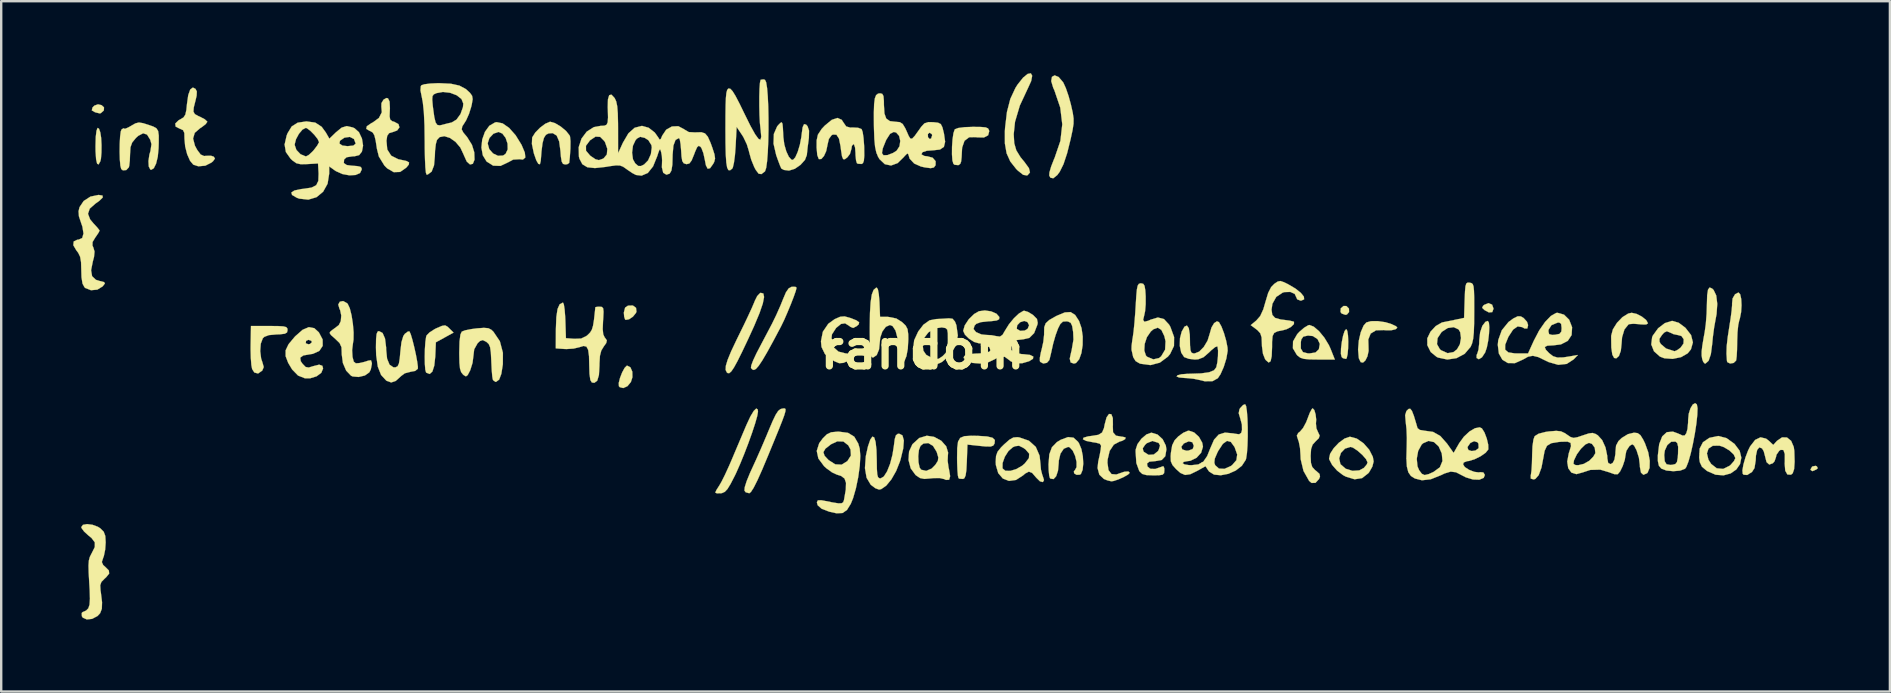
<source format=kicad_pcb>
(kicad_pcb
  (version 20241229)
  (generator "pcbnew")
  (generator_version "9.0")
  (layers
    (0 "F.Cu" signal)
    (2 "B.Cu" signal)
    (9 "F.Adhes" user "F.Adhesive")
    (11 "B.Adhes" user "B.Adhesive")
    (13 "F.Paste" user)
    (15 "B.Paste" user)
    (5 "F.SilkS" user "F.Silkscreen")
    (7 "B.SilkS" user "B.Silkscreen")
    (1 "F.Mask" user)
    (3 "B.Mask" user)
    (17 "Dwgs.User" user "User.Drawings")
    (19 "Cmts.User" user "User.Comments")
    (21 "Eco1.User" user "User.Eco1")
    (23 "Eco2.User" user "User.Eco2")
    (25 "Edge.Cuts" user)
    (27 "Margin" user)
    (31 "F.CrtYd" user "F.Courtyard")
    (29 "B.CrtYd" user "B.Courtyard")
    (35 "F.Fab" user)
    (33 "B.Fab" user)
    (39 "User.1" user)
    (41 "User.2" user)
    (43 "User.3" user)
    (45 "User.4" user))
  (footprint "random"
    (layer "F.Cu")
    (at 35.389 11.507)
    (property "Reference" "random" (at 0 0 0) (layer "F.SilkS") (effects (font (size 1.524 1.524) (thickness 0.3))))
    (attr through_hole)
    (fp_poly (pts (xy 37.262 4.874) (xy 37.301 4.95) (xy 37.241 5.005) (xy 37.074 5.075) (xy 37.001 5.022) (xy 36.999 5) (xy 37.066 4.882) (xy 37.207 4.852) (xy 37.262 4.874)) (stroke (width 0.01) (type solid)) (fill yes) (layer "F.SilkS"))
    (fp_poly (pts (xy 17.663 -1.805) (xy 17.767 -1.7) (xy 17.771 -1.556) (xy 17.684 -1.453) (xy 17.62 -1.439) (xy 17.464 -1.493) (xy 17.415 -1.556) (xy 17.426 -1.712) (xy 17.543 -1.809) (xy 17.663 -1.805)) (stroke (width 0.01) (type solid)) (fill yes) (layer "F.SilkS"))
    (fp_poly (pts (xy 23.731 -1.864) (xy 23.791 -1.696) (xy 23.739 -1.553) (xy 23.596 -1.54) (xy 23.419 -1.634) (xy 23.317 -1.731) (xy 23.355 -1.815) (xy 23.402 -1.855) (xy 23.582 -1.927) (xy 23.731 -1.864)) (stroke (width 0.01) (type solid)) (fill yes) (layer "F.SilkS"))
    (fp_poly (pts (xy -34.205 -10.175) (xy -34.105 -10.082) (xy -34.112 -9.961) (xy -34.126 -9.942) (xy -34.235 -9.845) (xy -34.279 -9.831) (xy -34.399 -9.859) (xy -34.48 -9.88) (xy -34.614 -9.958) (xy -34.584 -10.079) (xy -34.507 -10.156) (xy -34.357 -10.21) (xy -34.205 -10.175)) (stroke (width 0.01) (type solid)) (fill yes) (layer "F.SilkS"))
    (fp_poly (pts (xy -11.938 -1.731) (xy -11.92 -1.569) (xy -11.942 -1.517) (xy -12.068 -1.362) (xy -12.229 -1.254) (xy -12.364 -1.229) (xy -12.393 -1.245) (xy -12.432 -1.361) (xy -12.446 -1.532) (xy -12.393 -1.74) (xy -12.273 -1.822) (xy -12.07 -1.828) (xy -11.938 -1.731)) (stroke (width 0.01) (type solid)) (fill yes) (layer "F.SilkS"))
    (fp_poly (pts (xy -12.171 0.749) (xy -12.093 0.929) (xy -12.089 1.162) (xy -12.152 1.359) (xy -12.296 1.534) (xy -12.469 1.612) (xy -12.617 1.575) (xy -12.651 1.535) (xy -12.659 1.402) (xy -12.606 1.192) (xy -12.517 0.962) (xy -12.414 0.772) (xy -12.321 0.679) (xy -12.309 0.677) (xy -12.171 0.749)) (stroke (width 0.01) (type solid)) (fill yes) (layer "F.SilkS"))
    (fp_poly (pts (xy -34.315 -9.196) (xy -34.259 -9.038) (xy -34.225 -8.816) (xy -34.209 -8.514) (xy -34.212 -8.201) (xy -34.233 -7.944) (xy -34.257 -7.839) (xy -34.332 -7.706) (xy -34.392 -7.736) (xy -34.435 -7.92) (xy -34.457 -8.252) (xy -34.459 -8.467) (xy -34.449 -8.853) (xy -34.418 -9.11) (xy -34.373 -9.228) (xy -34.315 -9.196)) (stroke (width 0.01) (type solid)) (fill yes) (layer "F.SilkS"))
    (fp_poly (pts (xy 17.698 -0.77) (xy 17.727 -0.578) (xy 17.738 -0.318) (xy 17.732 -0.041) (xy 17.71 0.203) (xy 17.673 0.363) (xy 17.645 0.398) (xy 17.517 0.369) (xy 17.463 0.32) (xy 17.431 0.189) (xy 17.436 -0.037) (xy 17.469 -0.307) (xy 17.521 -0.566) (xy 17.585 -0.763) (xy 17.651 -0.844) (xy 17.653 -0.844) (xy 17.698 -0.77)) (stroke (width 0.01) (type solid)) (fill yes) (layer "F.SilkS"))
    (fp_poly (pts (xy 23.599 -1.11) (xy 23.614 -0.916) (xy 23.602 -0.649) (xy 23.567 -0.355) (xy 23.513 -0.082) (xy 23.444 0.125) (xy 23.442 0.129) (xy 23.309 0.331) (xy 23.178 0.411) (xy 23.085 0.36) (xy 23.086 0.236) (xy 23.118 0.165) (xy 23.164 0.012) (xy 23.193 -0.238) (xy 23.197 -0.383) (xy 23.233 -0.71) (xy 23.324 -0.979) (xy 23.453 -1.148) (xy 23.554 -1.185) (xy 23.599 -1.11)) (stroke (width 0.01) (type solid)) (fill yes) (layer "F.SilkS"))
    (fp_poly (pts (xy -19.791 -0.945) (xy -19.715 -0.872) (xy -19.542 -0.699) (xy -19.91 -0.496) (xy -20.278 -0.294) (xy -20.303 0.295) (xy -20.344 0.677) (xy -20.423 0.924) (xy -20.535 1.026) (xy -20.674 0.972) (xy -20.687 0.96) (xy -20.719 0.844) (xy -20.737 0.609) (xy -20.742 0.306) (xy -20.735 -0.017) (xy -20.715 -0.309) (xy -20.685 -0.52) (xy -20.664 -0.583) (xy -20.54 -0.708) (xy -20.326 -0.845) (xy -20.236 -0.889) (xy -20.018 -0.981) (xy -19.891 -1) (xy -19.791 -0.945)) (stroke (width 0.01) (type solid)) (fill yes) (layer "F.SilkS"))
    (fp_poly (pts (xy 32.899 -2.535) (xy 32.962 -2.473) (xy 33.071 -2.244) (xy 33.113 -1.897) (xy 33.084 -1.472) (xy 33.039 -1.228) (xy 32.982 -0.908) (xy 32.93 -0.518) (xy 32.902 -0.225) (xy 32.846 0.202) (xy 32.752 0.475) (xy 32.624 0.589) (xy 32.595 0.593) (xy 32.528 0.521) (xy 32.485 0.402) (xy 32.462 0.26) (xy 32.462 0.091) (xy 32.489 -0.145) (xy 32.546 -0.487) (xy 32.588 -0.714) (xy 32.636 -1.064) (xy 32.669 -1.488) (xy 32.681 -1.873) (xy 32.692 -2.26) (xy 32.728 -2.491) (xy 32.795 -2.579) (xy 32.899 -2.535)) (stroke (width 0.01) (type solid)) (fill yes) (layer "F.SilkS"))
    (fp_poly (pts (xy -6.633 -2.328) (xy -6.603 -2.181) (xy -6.656 -1.91) (xy -6.793 -1.51) (xy -7.017 -0.975) (xy -7.266 -0.43) (xy -7.517 0.099) (xy -7.711 0.489) (xy -7.858 0.757) (xy -7.968 0.918) (xy -8.052 0.99) (xy -8.12 0.988) (xy -8.154 0.961) (xy -8.205 0.856) (xy -8.196 0.686) (xy -8.12 0.433) (xy -7.973 0.076) (xy -7.747 -0.401) (xy -7.656 -0.587) (xy -7.448 -1.011) (xy -7.259 -1.408) (xy -7.107 -1.739) (xy -7.009 -1.969) (xy -6.991 -2.017) (xy -6.888 -2.224) (xy -6.77 -2.346) (xy -6.744 -2.356) (xy -6.633 -2.328)) (stroke (width 0.01) (type solid)) (fill yes) (layer "F.SilkS"))
    (fp_poly (pts (xy 2.314 3.604) (xy 2.689 3.628) (xy 2.915 3.682) (xy 3.013 3.776) (xy 3.001 3.918) (xy 2.996 3.931) (xy 2.943 4.012) (xy 2.837 4.048) (xy 2.635 4.046) (xy 2.404 4.024) (xy 1.87 3.967) (xy 1.845 4.671) (xy 1.826 5.033) (xy 1.794 5.255) (xy 1.744 5.368) (xy 1.689 5.399) (xy 1.539 5.389) (xy 1.499 5.365) (xy 1.473 5.259) (xy 1.453 5.025) (xy 1.441 4.704) (xy 1.439 4.519) (xy 1.445 4.11) (xy 1.479 3.843) (xy 1.569 3.688) (xy 1.743 3.616) (xy 2.028 3.599) (xy 2.314 3.604)) (stroke (width 0.01) (type solid)) (fill yes) (layer "F.SilkS"))
    (fp_poly (pts (xy 19.288 -1.131) (xy 19.54 -1.053) (xy 19.73 -0.964) (xy 19.781 -0.902) (xy 19.713 -0.841) (xy 19.706 -0.837) (xy 19.529 -0.795) (xy 19.279 -0.797) (xy 19.223 -0.804) (xy 18.894 -0.794) (xy 18.672 -0.659) (xy 18.572 -0.411) (xy 18.579 -0.184) (xy 18.585 0.067) (xy 18.537 0.291) (xy 18.452 0.461) (xy 18.352 0.551) (xy 18.256 0.533) (xy 18.183 0.382) (xy 18.177 0.354) (xy 18.147 0.007) (xy 18.178 -0.367) (xy 18.259 -0.717) (xy 18.377 -0.991) (xy 18.491 -1.121) (xy 18.684 -1.175) (xy 18.971 -1.177) (xy 19.288 -1.131)) (stroke (width 0.01) (type solid)) (fill yes) (layer "F.SilkS"))
    (fp_poly (pts (xy 29.753 -1.478) (xy 29.974 -1.364) (xy 30.151 -1.222) (xy 30.226 -1.088) (xy 30.226 -1.085) (xy 30.149 -1.036) (xy 29.933 -1.04) (xy 29.866 -1.049) (xy 29.622 -1.067) (xy 29.445 -1.051) (xy 29.413 -1.037) (xy 29.246 -0.831) (xy 29.147 -0.506) (xy 29.125 -0.233) (xy 29.095 0.06) (xy 29.016 0.274) (xy 28.906 0.374) (xy 28.816 0.358) (xy 28.74 0.218) (xy 28.698 -0.076) (xy 28.692 -0.514) (xy 28.693 -0.571) (xy 28.764 -0.834) (xy 28.934 -1.106) (xy 29.161 -1.342) (xy 29.403 -1.493) (xy 29.547 -1.524) (xy 29.753 -1.478)) (stroke (width 0.01) (type solid)) (fill yes) (layer "F.SilkS"))
    (fp_poly (pts (xy -26.858 -0.971) (xy -26.633 -0.958) (xy -26.513 -0.927) (xy -26.466 -0.871) (xy -26.458 -0.804) (xy -26.48 -0.705) (xy -26.572 -0.652) (xy -26.774 -0.628) (xy -26.919 -0.623) (xy -27.236 -0.594) (xy -27.426 -0.522) (xy -27.49 -0.459) (xy -27.574 -0.235) (xy -27.597 0.071) (xy -27.558 0.385) (xy -27.504 0.544) (xy -27.45 0.737) (xy -27.511 0.883) (xy -27.515 0.886) (xy -27.686 1.006) (xy -27.843 0.963) (xy -27.934 0.819) (xy -27.966 0.649) (xy -27.988 0.36) (xy -27.997 0.001) (xy -27.996 -0.176) (xy -27.982 -0.974) (xy -27.22 -0.974) (xy -26.858 -0.971)) (stroke (width 0.01) (type solid)) (fill yes) (layer "F.SilkS"))
    (fp_poly (pts (xy -5.73 2.464) (xy -5.707 2.502) (xy -5.716 2.59) (xy -5.762 2.747) (xy -5.851 2.989) (xy -5.989 3.336) (xy -6.18 3.804) (xy -6.426 4.402) (xy -6.678 5.003) (xy -6.88 5.454) (xy -7.036 5.763) (xy -7.15 5.941) (xy -7.218 5.995) (xy -7.369 5.954) (xy -7.42 5.885) (xy -7.409 5.745) (xy -7.329 5.491) (xy -7.193 5.157) (xy -7.126 5.011) (xy -6.938 4.601) (xy -6.722 4.112) (xy -6.512 3.62) (xy -6.415 3.387) (xy -6.247 2.989) (xy -6.119 2.724) (xy -6.016 2.566) (xy -5.921 2.489) (xy -5.854 2.47) (xy -5.781 2.459) (xy -5.73 2.464)) (stroke (width 0.01) (type solid)) (fill yes) (layer "F.SilkS"))
    (fp_poly (pts (xy 4.568 -11.401) (xy 4.527 -11.182) (xy 4.397 -10.896) (xy 4.053 -10.158) (xy 3.853 -9.483) (xy 3.799 -8.971) (xy 3.82 -8.592) (xy 3.906 -8.294) (xy 4.083 -8.006) (xy 4.246 -7.808) (xy 4.433 -7.551) (xy 4.476 -7.372) (xy 4.379 -7.259) (xy 4.349 -7.246) (xy 4.192 -7.273) (xy 3.969 -7.45) (xy 3.901 -7.518) (xy 3.656 -7.829) (xy 3.503 -8.168) (xy 3.431 -8.577) (xy 3.43 -9.095) (xy 3.439 -9.235) (xy 3.518 -9.898) (xy 3.658 -10.438) (xy 3.871 -10.894) (xy 3.959 -11.033) (xy 4.191 -11.324) (xy 4.381 -11.478) (xy 4.513 -11.502) (xy 4.568 -11.401)) (stroke (width 0.01) (type solid)) (fill yes) (layer "F.SilkS"))
    (fp_poly (pts (xy 34.068 -2.295) (xy 34.111 -2.101) (xy 34.124 -1.835) (xy 34.106 -1.547) (xy 34.054 -1.284) (xy 34.031 -1.214) (xy 33.987 -1.015) (xy 33.956 -0.708) (xy 33.943 -0.358) (xy 33.942 -0.317) (xy 33.937 0.015) (xy 33.922 0.289) (xy 33.901 0.454) (xy 33.896 0.468) (xy 33.796 0.565) (xy 33.649 0.589) (xy 33.536 0.535) (xy 33.517 0.487) (xy 33.497 0.182) (xy 33.506 -0.132) (xy 33.548 -0.509) (xy 33.615 -0.943) (xy 33.672 -1.31) (xy 33.713 -1.627) (xy 33.731 -1.846) (xy 33.73 -1.911) (xy 33.752 -2.123) (xy 33.855 -2.298) (xy 33.997 -2.371) (xy 34.068 -2.295)) (stroke (width 0.01) (type solid)) (fill yes) (layer "F.SilkS"))
    (fp_poly (pts (xy 2.43 -9.267) (xy 2.627 -9.25) (xy 2.728 -9.208) (xy 2.769 -9.133) (xy 2.778 -9.088) (xy 2.733 -8.92) (xy 2.561 -8.83) (xy 2.288 -8.831) (xy 2.219 -8.844) (xy 1.941 -8.838) (xy 1.748 -8.69) (xy 1.651 -8.412) (xy 1.644 -8.328) (xy 1.628 -8.014) (xy 1.608 -7.829) (xy 1.574 -7.734) (xy 1.518 -7.689) (xy 1.488 -7.676) (xy 1.335 -7.691) (xy 1.286 -7.731) (xy 1.244 -7.873) (xy 1.226 -8.127) (xy 1.228 -8.438) (xy 1.25 -8.75) (xy 1.288 -9.01) (xy 1.34 -9.162) (xy 1.348 -9.171) (xy 1.486 -9.224) (xy 1.757 -9.259) (xy 2.1 -9.271) (xy 2.43 -9.267)) (stroke (width 0.01) (type solid)) (fill yes) (layer "F.SilkS"))
    (fp_poly (pts (xy -6.868 2.502) (xy -6.857 2.596) (xy -6.888 2.778) (xy -6.973 3.079) (xy -7.1 3.466) (xy -7.256 3.903) (xy -7.429 4.354) (xy -7.605 4.784) (xy -7.771 5.159) (xy -7.819 5.258) (xy -7.995 5.6) (xy -8.126 5.816) (xy -8.237 5.935) (xy -8.352 5.987) (xy -8.403 5.996) (xy -8.571 5.998) (xy -8.636 5.967) (xy -8.591 5.865) (xy -8.484 5.696) (xy -8.476 5.686) (xy -8.377 5.514) (xy -8.235 5.231) (xy -8.073 4.878) (xy -7.958 4.614) (xy -7.774 4.178) (xy -7.579 3.718) (xy -7.404 3.305) (xy -7.333 3.139) (xy -7.172 2.794) (xy -7.034 2.565) (xy -6.929 2.464) (xy -6.868 2.502)) (stroke (width 0.01) (type solid)) (fill yes) (layer "F.SilkS"))
    (fp_poly (pts (xy -5.292 -2.605) (xy -5.249 -2.569) (xy -5.281 -2.438) (xy -5.366 -2.195) (xy -5.486 -1.885) (xy -5.625 -1.55) (xy -5.763 -1.233) (xy -5.886 -0.977) (xy -5.901 -0.948) (xy -6.221 -0.345) (xy -6.476 0.119) (xy -6.675 0.458) (xy -6.827 0.685) (xy -6.942 0.815) (xy -7.03 0.859) (xy -7.101 0.831) (xy -7.15 0.769) (xy -7.135 0.663) (xy -7.054 0.449) (xy -6.922 0.168) (xy -6.871 0.07) (xy -6.672 -0.309) (xy -6.46 -0.711) (xy -6.281 -1.051) (xy -6.277 -1.058) (xy -6.098 -1.425) (xy -5.918 -1.83) (xy -5.82 -2.074) (xy -5.693 -2.374) (xy -5.579 -2.54) (xy -5.455 -2.607) (xy -5.44 -2.609) (xy -5.292 -2.605)) (stroke (width 0.01) (type solid)) (fill yes) (layer "F.SilkS"))
    (fp_poly (pts (xy 5.67 -11.349) (xy 5.853 -11.134) (xy 5.871 -11.104) (xy 5.973 -10.88) (xy 6.084 -10.557) (xy 6.182 -10.201) (xy 6.188 -10.172) (xy 6.259 -9.856) (xy 6.293 -9.619) (xy 6.291 -9.402) (xy 6.252 -9.142) (xy 6.174 -8.78) (xy 6.174 -8.777) (xy 6.024 -8.173) (xy 5.874 -7.72) (xy 5.717 -7.402) (xy 5.614 -7.263) (xy 5.448 -7.129) (xy 5.33 -7.152) (xy 5.279 -7.242) (xy 5.288 -7.377) (xy 5.358 -7.617) (xy 5.474 -7.915) (xy 5.504 -7.983) (xy 5.744 -8.686) (xy 5.822 -9.377) (xy 5.738 -10.074) (xy 5.492 -10.797) (xy 5.444 -10.9) (xy 5.361 -11.178) (xy 5.392 -11.355) (xy 5.505 -11.417) (xy 5.67 -11.349)) (stroke (width 0.01) (type solid)) (fill yes) (layer "F.SilkS"))
    (fp_poly (pts (xy -3.019 -1.312) (xy -2.757 -1.21) (xy -2.642 -1.127) (xy -2.66 -1.042) (xy -2.746 -0.967) (xy -2.89 -0.892) (xy -3.01 -0.941) (xy -3.049 -0.974) (xy -3.226 -1.085) (xy -3.396 -1.06) (xy -3.602 -0.893) (xy -3.775 -0.624) (xy -3.806 -0.344) (xy -3.71 -0.091) (xy -3.503 0.093) (xy -3.201 0.169) (xy -3.18 0.169) (xy -2.935 0.196) (xy -2.847 0.268) (xy -2.919 0.374) (xy -3.06 0.459) (xy -3.298 0.563) (xy -3.474 0.576) (xy -3.669 0.495) (xy -3.783 0.428) (xy -4.069 0.191) (xy -4.209 -0.099) (xy -4.233 -0.337) (xy -4.154 -0.735) (xy -3.929 -1.066) (xy -3.659 -1.261) (xy -3.43 -1.36) (xy -3.247 -1.374) (xy -3.019 -1.312)) (stroke (width 0.01) (type solid)) (fill yes) (layer "F.SilkS"))
    (fp_poly (pts (xy 6.291 3.679) (xy 6.477 3.85) (xy 6.52 3.916) (xy 6.62 4.157) (xy 6.679 4.454) (xy 6.696 4.759) (xy 6.67 5.02) (xy 6.599 5.19) (xy 6.556 5.221) (xy 6.416 5.227) (xy 6.315 5.164) (xy 6.306 5.077) (xy 6.343 5.042) (xy 6.417 4.908) (xy 6.417 4.688) (xy 6.358 4.439) (xy 6.257 4.218) (xy 6.13 4.082) (xy 6.065 4.064) (xy 5.883 4.141) (xy 5.746 4.346) (xy 5.677 4.637) (xy 5.673 4.732) (xy 5.644 5.053) (xy 5.568 5.285) (xy 5.459 5.405) (xy 5.332 5.385) (xy 5.306 5.362) (xy 5.276 5.254) (xy 5.255 5.028) (xy 5.249 4.788) (xy 5.282 4.373) (xy 5.391 4.078) (xy 5.598 3.864) (xy 5.758 3.767) (xy 6.062 3.654) (xy 6.291 3.679)) (stroke (width 0.01) (type solid)) (fill yes) (layer "F.SilkS"))
    (fp_poly (pts (xy 16.303 -0.945) (xy 16.521 -0.757) (xy 16.74 -0.491) (xy 16.928 -0.183) (xy 17.002 -0.021) (xy 17.178 0.423) (xy 16.478 0.423) (xy 16.122 0.418) (xy 15.891 0.396) (xy 15.741 0.348) (xy 15.628 0.263) (xy 15.593 0.227) (xy 15.436 -0.036) (xy 15.761 -0.036) (xy 15.851 0.114) (xy 16.053 0.167) (xy 16.123 0.169) (xy 16.372 0.129) (xy 16.512 -0.004) (xy 16.513 -0.006) (xy 16.553 -0.229) (xy 16.459 -0.426) (xy 16.266 -0.554) (xy 16.06 -0.576) (xy 15.865 -0.532) (xy 15.782 -0.415) (xy 15.763 -0.31) (xy 15.761 -0.036) (xy 15.436 -0.036) (xy 15.431 -0.044) (xy 15.437 -0.332) (xy 15.61 -0.633) (xy 15.697 -0.728) (xy 15.895 -0.899) (xy 16.066 -1.002) (xy 16.122 -1.016) (xy 16.303 -0.945)) (stroke (width 0.01) (type solid)) (fill yes) (layer "F.SilkS"))
    (fp_poly (pts (xy -17.498 -9.417) (xy -17.225 -9.227) (xy -16.954 -8.921) (xy -16.708 -8.522) (xy -16.571 -8.198) (xy -16.551 -7.994) (xy -16.65 -7.909) (xy -16.801 -7.923) (xy -17.058 -7.907) (xy -17.26 -7.798) (xy -17.586 -7.644) (xy -17.892 -7.655) (xy -18.165 -7.828) (xy -18.323 -8.086) (xy -18.38 -8.407) (xy -18.363 -8.581) (xy -18.119 -8.581) (xy -18.055 -8.345) (xy -17.896 -8.164) (xy -17.689 -8.065) (xy -17.479 -8.076) (xy -17.374 -8.145) (xy -17.285 -8.332) (xy -17.291 -8.573) (xy -17.372 -8.813) (xy -17.509 -8.993) (xy -17.672 -9.059) (xy -17.879 -8.986) (xy -18.047 -8.807) (xy -18.119 -8.586) (xy -18.119 -8.581) (xy -18.363 -8.581) (xy -18.346 -8.747) (xy -18.233 -9.064) (xy -18.052 -9.315) (xy -17.813 -9.455) (xy -17.746 -9.468) (xy -17.498 -9.417)) (stroke (width 0.01) (type solid)) (fill yes) (layer "F.SilkS"))
    (fp_poly (pts (xy -15.311 -9.425) (xy -15.072 -9.282) (xy -14.852 -9.098) (xy -14.708 -8.918) (xy -14.688 -8.866) (xy -14.669 -8.671) (xy -14.673 -8.367) (xy -14.696 -8.014) (xy -14.723 -7.768) (xy -14.802 -7.715) (xy -14.891 -7.705) (xy -14.979 -7.728) (xy -15.034 -7.821) (xy -15.067 -8.02) (xy -15.087 -8.265) (xy -15.14 -8.663) (xy -15.245 -8.908) (xy -15.409 -9.01) (xy -15.584 -8.998) (xy -15.694 -8.939) (xy -15.775 -8.812) (xy -15.834 -8.591) (xy -15.877 -8.249) (xy -15.908 -7.853) (xy -15.942 -7.715) (xy -16.008 -7.728) (xy -16.095 -7.88) (xy -16.191 -8.156) (xy -16.197 -8.177) (xy -16.277 -8.559) (xy -16.266 -8.819) (xy -16.259 -8.84) (xy -16.136 -9.034) (xy -15.938 -9.236) (xy -15.718 -9.401) (xy -15.531 -9.481) (xy -15.507 -9.483) (xy -15.311 -9.425)) (stroke (width 0.01) (type solid)) (fill yes) (layer "F.SilkS"))
    (fp_poly (pts (xy -0.836 3.586) (xy -0.779 3.795) (xy -0.805 4.13) (xy -0.914 4.579) (xy -0.941 4.668) (xy -1.1 5.069) (xy -1.299 5.417) (xy -1.514 5.679) (xy -1.722 5.823) (xy -1.813 5.842) (xy -1.967 5.785) (xy -2.149 5.648) (xy -2.163 5.634) (xy -2.332 5.349) (xy -2.4 4.947) (xy -2.363 4.447) (xy -2.274 4.043) (xy -2.176 3.756) (xy -2.088 3.634) (xy -2.014 3.669) (xy -1.956 3.858) (xy -1.92 4.193) (xy -1.908 4.614) (xy -1.903 4.978) (xy -1.888 5.203) (xy -1.856 5.324) (xy -1.8 5.37) (xy -1.747 5.376) (xy -1.614 5.298) (xy -1.478 5.085) (xy -1.353 4.771) (xy -1.253 4.39) (xy -1.195 4.022) (xy -1.158 3.736) (xy -1.11 3.581) (xy -1.035 3.521) (xy -0.974 3.514) (xy -0.836 3.586)) (stroke (width 0.01) (type solid)) (fill yes) (layer "F.SilkS"))
    (fp_poly (pts (xy 16.324 2.529) (xy 16.377 2.708) (xy 16.402 2.927) (xy 16.391 3.09) (xy 16.41 3.29) (xy 16.479 3.449) (xy 16.546 3.592) (xy 16.51 3.702) (xy 16.384 3.825) (xy 16.252 3.971) (xy 16.189 4.152) (xy 16.171 4.432) (xy 16.171 4.453) (xy 16.184 4.731) (xy 16.237 4.902) (xy 16.353 5.028) (xy 16.394 5.059) (xy 16.54 5.188) (xy 16.561 5.303) (xy 16.518 5.404) (xy 16.372 5.562) (xy 16.208 5.565) (xy 16.108 5.482) (xy 15.873 5.065) (xy 15.756 4.579) (xy 15.748 4.411) (xy 15.728 4.113) (xy 15.677 3.85) (xy 15.648 3.769) (xy 15.594 3.597) (xy 15.652 3.484) (xy 15.726 3.426) (xy 15.855 3.275) (xy 15.986 3.03) (xy 16.044 2.879) (xy 16.135 2.641) (xy 16.218 2.488) (xy 16.256 2.455) (xy 16.324 2.529)) (stroke (width 0.01) (type solid)) (fill yes) (layer "F.SilkS"))
    (fp_poly (pts (xy 31.506 -1.109) (xy 31.786 -0.9) (xy 32.021 -0.597) (xy 32.098 -0.291) (xy 32.016 -0.001) (xy 31.882 0.164) (xy 31.606 0.324) (xy 31.256 0.396) (xy 30.908 0.371) (xy 30.725 0.301) (xy 30.476 0.08) (xy 30.363 -0.204) (xy 30.391 -0.442) (xy 30.703 -0.442) (xy 30.708 -0.316) (xy 30.762 -0.222) (xy 30.979 -0.037) (xy 31.318 0.073) (xy 31.338 0.076) (xy 31.437 0.035) (xy 31.582 -0.069) (xy 31.705 -0.241) (xy 31.714 -0.422) (xy 31.62 -0.557) (xy 31.489 -0.593) (xy 31.284 -0.636) (xy 31.151 -0.699) (xy 31.012 -0.755) (xy 30.897 -0.698) (xy 30.811 -0.602) (xy 30.703 -0.442) (xy 30.391 -0.442) (xy 30.399 -0.509) (xy 30.429 -0.576) (xy 30.649 -0.88) (xy 30.929 -1.094) (xy 31.22 -1.185) (xy 31.247 -1.185) (xy 31.506 -1.109)) (stroke (width 0.01) (type solid)) (fill yes) (layer "F.SilkS"))
    (fp_poly (pts (xy 33.496 3.696) (xy 33.83 3.937) (xy 34.046 4.224) (xy 34.116 4.512) (xy 34.062 4.779) (xy 33.906 5.005) (xy 33.669 5.169) (xy 33.374 5.249) (xy 33.043 5.223) (xy 32.697 5.072) (xy 32.673 5.056) (xy 32.475 4.891) (xy 32.385 4.7) (xy 32.359 4.509) (xy 32.369 4.337) (xy 32.682 4.337) (xy 32.745 4.595) (xy 32.857 4.772) (xy 33.09 4.955) (xy 33.358 4.981) (xy 33.628 4.849) (xy 33.671 4.811) (xy 33.808 4.654) (xy 33.867 4.531) (xy 33.867 4.53) (xy 33.795 4.376) (xy 33.617 4.21) (xy 33.385 4.072) (xy 33.207 4.012) (xy 32.927 4.015) (xy 32.748 4.134) (xy 32.682 4.337) (xy 32.369 4.337) (xy 32.38 4.133) (xy 32.517 3.868) (xy 32.781 3.689) (xy 32.794 3.684) (xy 33.152 3.609) (xy 33.496 3.696)) (stroke (width 0.01) (type solid)) (fill yes) (layer "F.SilkS"))
    (fp_poly (pts (xy -22.498 -0.683) (xy -22.397 -0.452) (xy -22.351 -0.083) (xy -22.349 0.016) (xy -22.311 0.389) (xy -22.208 0.638) (xy -22.047 0.748) (xy -21.956 0.747) (xy -21.872 0.703) (xy -21.817 0.586) (xy -21.781 0.361) (xy -21.759 0.108) (xy -21.712 -0.299) (xy -21.634 -0.557) (xy -21.571 -0.648) (xy -21.444 -0.743) (xy -21.38 -0.749) (xy -21.326 -0.633) (xy -21.256 -0.4) (xy -21.18 -0.098) (xy -21.109 0.224) (xy -21.055 0.516) (xy -21.027 0.73) (xy -21.03 0.809) (xy -21.14 0.898) (xy -21.32 0.931) (xy -21.573 0.997) (xy -21.724 1.109) (xy -21.95 1.315) (xy -22.139 1.379) (xy -22.328 1.31) (xy -22.348 1.297) (xy -22.561 1.067) (xy -22.698 0.719) (xy -22.766 0.237) (xy -22.775 -0.082) (xy -22.769 -0.432) (xy -22.747 -0.642) (xy -22.703 -0.742) (xy -22.651 -0.762) (xy -22.498 -0.683)) (stroke (width 0.01) (type solid)) (fill yes) (layer "F.SilkS"))
    (fp_poly (pts (xy -5.836 -9.396) (xy -5.818 -9.215) (xy -5.803 -8.895) (xy -5.8 -8.845) (xy -5.76 -8.54) (xy -5.678 -8.253) (xy -5.573 -8.027) (xy -5.462 -7.903) (xy -5.399 -7.895) (xy -5.303 -8) (xy -5.202 -8.226) (xy -5.112 -8.525) (xy -5.05 -8.849) (xy -5.037 -8.963) (xy -4.997 -9.253) (xy -4.937 -9.384) (xy -4.851 -9.365) (xy -4.791 -9.296) (xy -4.729 -9.114) (xy -4.736 -8.814) (xy -4.75 -8.703) (xy -4.788 -8.418) (xy -4.813 -8.184) (xy -4.82 -8.1) (xy -4.899 -7.895) (xy -5.086 -7.687) (xy -5.324 -7.523) (xy -5.56 -7.451) (xy -5.576 -7.451) (xy -5.774 -7.476) (xy -5.883 -7.534) (xy -5.937 -7.654) (xy -6.023 -7.881) (xy -6.098 -8.092) (xy -6.209 -8.57) (xy -6.195 -8.977) (xy -6.057 -9.293) (xy -6.005 -9.353) (xy -5.919 -9.439) (xy -5.866 -9.462) (xy -5.836 -9.396)) (stroke (width 0.01) (type solid)) (fill yes) (layer "F.SilkS"))
    (fp_poly (pts (xy 18.093 3.717) (xy 18.373 3.911) (xy 18.61 4.18) (xy 18.762 4.478) (xy 18.795 4.671) (xy 18.742 4.884) (xy 18.609 5.117) (xy 18.577 5.158) (xy 18.313 5.365) (xy 18.001 5.413) (xy 17.637 5.302) (xy 17.518 5.238) (xy 17.272 5.05) (xy 17.066 4.815) (xy 16.948 4.59) (xy 16.939 4.55) (xy 16.941 4.542) (xy 17.359 4.542) (xy 17.409 4.77) (xy 17.421 4.791) (xy 17.632 4.974) (xy 17.913 5.061) (xy 18.197 5.042) (xy 18.387 4.94) (xy 18.507 4.799) (xy 18.542 4.711) (xy 18.479 4.574) (xy 18.322 4.395) (xy 18.124 4.22) (xy 17.936 4.096) (xy 17.834 4.064) (xy 17.602 4.135) (xy 17.433 4.312) (xy 17.359 4.542) (xy 16.941 4.542) (xy 16.982 4.351) (xy 17.132 4.116) (xy 17.346 3.89) (xy 17.582 3.717) (xy 17.797 3.642) (xy 17.813 3.641) (xy 18.093 3.717)) (stroke (width 0.01) (type solid)) (fill yes) (layer "F.SilkS"))
    (fp_poly (pts (xy -25.343 -0.883) (xy -25.152 -0.708) (xy -24.997 -0.413) (xy -24.994 -0.146) (xy -25.133 0.063) (xy -25.402 0.186) (xy -25.512 0.203) (xy -25.8 0.253) (xy -25.929 0.346) (xy -25.909 0.491) (xy -25.834 0.6) (xy -25.705 0.733) (xy -25.576 0.757) (xy -25.395 0.701) (xy -25.141 0.637) (xy -25.007 0.684) (xy -24.977 0.796) (xy -25.053 0.978) (xy -25.248 1.122) (xy -25.51 1.203) (xy -25.739 1.203) (xy -26.02 1.091) (xy -26.266 0.839) (xy -26.432 0.562) (xy -26.538 0.284) (xy -26.538 0.04) (xy -26.418 -0.211) (xy -26.38 -0.258) (xy -25.699 -0.258) (xy -25.695 -0.252) (xy -25.588 -0.212) (xy -25.519 -0.227) (xy -25.44 -0.303) (xy -25.472 -0.359) (xy -25.586 -0.399) (xy -25.686 -0.353) (xy -25.699 -0.258) (xy -26.38 -0.258) (xy -26.17 -0.511) (xy -26.133 -0.551) (xy -25.829 -0.817) (xy -25.57 -0.927) (xy -25.343 -0.883)) (stroke (width 0.01) (type solid)) (fill yes) (layer "F.SilkS"))
    (fp_poly (pts (xy -22.273 -10.46) (xy -22.207 -10.326) (xy -22.193 -10.046) (xy -22.197 -9.964) (xy -22.206 -9.708) (xy -22.18 -9.572) (xy -22.098 -9.507) (xy -22.013 -9.483) (xy -21.836 -9.387) (xy -21.796 -9.25) (xy -21.89 -9.122) (xy -22.056 -9.06) (xy -22.226 -9.009) (xy -22.305 -8.899) (xy -22.336 -8.693) (xy -22.304 -8.33) (xy -22.14 -8.071) (xy -21.85 -7.924) (xy -21.781 -7.909) (xy -21.513 -7.852) (xy -21.395 -7.79) (xy -21.406 -7.699) (xy -21.514 -7.569) (xy -21.767 -7.393) (xy -22.034 -7.384) (xy -22.307 -7.543) (xy -22.422 -7.659) (xy -22.653 -8.034) (xy -22.734 -8.357) (xy -22.787 -8.701) (xy -22.839 -8.914) (xy -22.906 -9.032) (xy -23.003 -9.092) (xy -23.034 -9.103) (xy -23.178 -9.187) (xy -23.156 -9.295) (xy -22.966 -9.426) (xy -22.9 -9.459) (xy -22.651 -9.643) (xy -22.53 -9.88) (xy -22.549 -10.109) (xy -22.545 -10.263) (xy -22.459 -10.405) (xy -22.338 -10.474) (xy -22.273 -10.46)) (stroke (width 0.01) (type solid)) (fill yes) (layer "F.SilkS"))
    (fp_poly (pts (xy -1.86 -2.5) (xy -1.822 -2.296) (xy -1.797 -2) (xy -1.795 -1.968) (xy -1.771 -1.355) (xy -1.442 -1.355) (xy -1.092 -1.287) (xy -0.853 -1.135) (xy -0.703 -0.991) (xy -0.625 -0.843) (xy -0.596 -0.629) (xy -0.593 -0.428) (xy -0.614 -0.031) (xy -0.672 0.285) (xy -0.759 0.495) (xy -0.865 0.579) (xy -0.96 0.536) (xy -0.988 0.428) (xy -1.009 0.202) (xy -1.016 -0.08) (xy -1.045 -0.476) (xy -1.125 -0.782) (xy -1.247 -0.97) (xy -1.359 -1.016) (xy -1.53 -0.94) (xy -1.675 -0.745) (xy -1.764 -0.483) (xy -1.778 -0.333) (xy -1.813 0.004) (xy -1.909 0.237) (xy -2.053 0.337) (xy -2.077 0.339) (xy -2.126 0.314) (xy -2.161 0.223) (xy -2.183 0.043) (xy -2.195 -0.249) (xy -2.2 -0.677) (xy -2.2 -0.91) (xy -2.191 -1.516) (xy -2.163 -1.969) (xy -2.114 -2.284) (xy -2.04 -2.478) (xy -1.94 -2.565) (xy -1.905 -2.573) (xy -1.86 -2.5)) (stroke (width 0.01) (type solid)) (fill yes) (layer "F.SilkS"))
    (fp_poly (pts (xy -23.978 -1.924) (xy -23.95 -1.894) (xy -23.865 -1.713) (xy -23.791 -1.419) (xy -23.736 -1.065) (xy -23.706 -0.708) (xy -23.71 -0.401) (xy -23.731 -0.263) (xy -23.768 0.032) (xy -23.751 0.317) (xy -23.699 0.512) (xy -23.612 0.581) (xy -23.468 0.571) (xy -23.238 0.517) (xy -23.093 0.469) (xy -22.981 0.454) (xy -22.945 0.568) (xy -22.945 0.61) (xy -22.988 0.833) (xy -23.05 0.956) (xy -23.236 1.088) (xy -23.496 1.15) (xy -23.745 1.128) (xy -23.813 1.097) (xy -24.015 0.887) (xy -24.152 0.569) (xy -24.201 0.199) (xy -24.2 0.159) (xy -24.21 -0.088) (xy -24.288 -0.261) (xy -24.473 -0.441) (xy -24.475 -0.443) (xy -24.649 -0.596) (xy -24.706 -0.686) (xy -24.661 -0.757) (xy -24.596 -0.806) (xy -24.417 -0.939) (xy -24.32 -1.016) (xy -24.239 -1.178) (xy -24.22 -1.413) (xy -24.267 -1.636) (xy -24.293 -1.686) (xy -24.346 -1.867) (xy -24.28 -1.986) (xy -24.142 -2.014) (xy -23.978 -1.924)) (stroke (width 0.01) (type solid)) (fill yes) (layer "F.SilkS"))
    (fp_poly (pts (xy -18.094 -0.882) (xy -17.968 -0.819) (xy -17.881 -0.737) (xy -17.611 -0.337) (xy -17.485 0.142) (xy -17.487 0.62) (xy -17.55 1.019) (xy -17.642 1.26) (xy -17.769 1.353) (xy -17.793 1.355) (xy -17.888 1.288) (xy -17.908 1.249) (xy -17.929 1.118) (xy -17.95 0.867) (xy -17.966 0.546) (xy -17.969 0.476) (xy -17.987 0.129) (xy -18.018 -0.089) (xy -18.074 -0.22) (xy -18.166 -0.307) (xy -18.176 -0.314) (xy -18.323 -0.387) (xy -18.44 -0.348) (xy -18.536 -0.26) (xy -18.681 -0.003) (xy -18.711 0.251) (xy -18.75 0.563) (xy -18.845 0.866) (xy -18.854 0.885) (xy -18.952 1.072) (xy -19.026 1.126) (xy -19.12 1.071) (xy -19.15 1.044) (xy -19.225 0.948) (xy -19.272 0.8) (xy -19.296 0.563) (xy -19.304 0.201) (xy -19.304 0.124) (xy -19.292 -0.329) (xy -19.255 -0.618) (xy -19.198 -0.74) (xy -19.061 -0.793) (xy -18.815 -0.843) (xy -18.575 -0.875) (xy -18.279 -0.897) (xy -18.094 -0.882)) (stroke (width 0.01) (type solid)) (fill yes) (layer "F.SilkS"))
    (fp_poly (pts (xy 0.477 3.644) (xy 0.779 3.806) (xy 0.986 4.039) (xy 1.066 4.304) (xy 1.056 4.411) (xy 1.046 4.642) (xy 1.084 4.926) (xy 1.102 4.999) (xy 1.15 5.283) (xy 1.108 5.432) (xy 0.976 5.44) (xy 0.905 5.406) (xy 0.723 5.363) (xy 0.45 5.364) (xy 0.345 5.375) (xy 0.076 5.398) (xy -0.104 5.362) (xy -0.273 5.249) (xy -0.295 5.229) (xy -0.493 4.958) (xy -0.584 4.613) (xy -0.573 4.437) (xy -0.179 4.437) (xy -0.169 4.702) (xy -0.123 4.919) (xy -0.062 5.013) (xy 0.154 5.063) (xy 0.383 4.964) (xy 0.534 4.809) (xy 0.638 4.646) (xy 0.657 4.504) (xy 0.598 4.301) (xy 0.582 4.259) (xy 0.434 4.02) (xy 0.239 3.904) (xy 0.037 3.924) (xy -0.084 4.021) (xy -0.151 4.188) (xy -0.179 4.437) (xy -0.573 4.437) (xy -0.562 4.257) (xy -0.422 3.953) (xy -0.421 3.952) (xy -0.137 3.692) (xy 0.177 3.598) (xy 0.477 3.644)) (stroke (width 0.01) (type solid)) (fill yes) (layer "F.SilkS"))
    (fp_poly (pts (xy 6.356 -1.437) (xy 6.521 -1.183) (xy 6.625 -0.883) (xy 6.674 -0.535) (xy 6.67 -0.177) (xy 6.62 0.151) (xy 6.527 0.412) (xy 6.396 0.567) (xy 6.306 0.593) (xy 6.17 0.544) (xy 6.133 0.387) (xy 6.194 0.106) (xy 6.207 0.065) (xy 6.288 -0.406) (xy 6.275 -0.72) (xy 6.234 -0.975) (xy 6.173 -1.106) (xy 6.066 -1.159) (xy 6.005 -1.168) (xy 5.85 -1.158) (xy 5.739 -1.054) (xy 5.646 -0.872) (xy 5.541 -0.585) (xy 5.444 -0.246) (xy 5.417 -0.127) (xy 5.356 0.149) (xy 5.302 0.373) (xy 5.283 0.445) (xy 5.182 0.56) (xy 5.029 0.589) (xy 4.905 0.521) (xy 4.888 0.487) (xy 4.888 0.347) (xy 4.932 0.116) (xy 4.964 -0.004) (xy 5.032 -0.312) (xy 5.065 -0.613) (xy 5.065 -0.689) (xy 5.071 -0.924) (xy 5.131 -1.087) (xy 5.277 -1.223) (xy 5.543 -1.374) (xy 5.599 -1.403) (xy 5.929 -1.54) (xy 6.17 -1.554) (xy 6.356 -1.437)) (stroke (width 0.01) (type solid)) (fill yes) (layer "F.SilkS"))
    (fp_poly (pts (xy -32.478 -9.425) (xy -32.258 -9.356) (xy -32.051 -9.284) (xy -31.921 -9.211) (xy -31.85 -9.098) (xy -31.824 -8.911) (xy -31.825 -8.612) (xy -31.832 -8.382) (xy -31.865 -8.028) (xy -31.936 -7.739) (xy -32.031 -7.547) (xy -32.138 -7.482) (xy -32.177 -7.495) (xy -32.241 -7.621) (xy -32.253 -7.848) (xy -32.215 -8.114) (xy -32.17 -8.265) (xy -32.128 -8.552) (xy -32.177 -8.73) (xy -32.312 -8.949) (xy -32.475 -9.004) (xy -32.678 -8.898) (xy -32.773 -8.812) (xy -32.93 -8.623) (xy -33.003 -8.422) (xy -33.02 -8.141) (xy -33.03 -7.867) (xy -33.055 -7.649) (xy -33.071 -7.585) (xy -33.177 -7.472) (xy -33.318 -7.459) (xy -33.388 -7.514) (xy -33.424 -7.656) (xy -33.446 -7.91) (xy -33.455 -8.228) (xy -33.451 -8.561) (xy -33.435 -8.861) (xy -33.407 -9.079) (xy -33.376 -9.16) (xy -33.291 -9.216) (xy -33.274 -9.196) (xy -33.211 -9.195) (xy -33.054 -9.269) (xy -32.978 -9.313) (xy -32.796 -9.417) (xy -32.652 -9.453) (xy -32.478 -9.425)) (stroke (width 0.01) (type solid)) (fill yes) (layer "F.SilkS"))
    (fp_poly (pts (xy 35.147 3.719) (xy 35.254 3.801) (xy 35.447 3.982) (xy 35.601 3.811) (xy 35.813 3.666) (xy 36.019 3.672) (xy 36.192 3.812) (xy 36.301 4.068) (xy 36.323 4.233) (xy 36.336 4.683) (xy 36.315 4.987) (xy 36.257 5.162) (xy 36.186 5.222) (xy 36.035 5.213) (xy 35.945 5.055) (xy 35.922 4.76) (xy 35.926 4.678) (xy 35.926 4.357) (xy 35.868 4.193) (xy 35.754 4.187) (xy 35.693 4.228) (xy 35.581 4.389) (xy 35.56 4.487) (xy 35.499 4.664) (xy 35.429 4.744) (xy 35.279 4.799) (xy 35.166 4.698) (xy 35.104 4.454) (xy 35.049 4.245) (xy 34.977 4.125) (xy 34.864 4.083) (xy 34.776 4.19) (xy 34.724 4.428) (xy 34.715 4.622) (xy 34.664 4.946) (xy 34.559 5.109) (xy 34.361 5.234) (xy 34.211 5.223) (xy 34.173 5.181) (xy 34.161 5.04) (xy 34.203 4.797) (xy 34.287 4.504) (xy 34.397 4.214) (xy 34.481 4.044) (xy 34.69 3.773) (xy 34.915 3.664) (xy 35.147 3.719)) (stroke (width 0.01) (type solid)) (fill yes) (layer "F.SilkS"))
    (fp_poly (pts (xy 1.251 -1.276) (xy 1.351 -1.159) (xy 1.41 -1.007) (xy 1.47 -0.577) (xy 1.38 -0.153) (xy 1.157 0.224) (xy 0.819 0.517) (xy 0.745 0.558) (xy 0.478 0.658) (xy 0.218 0.649) (xy -0.064 0.551) (xy -0.25 0.443) (xy -0.346 0.335) (xy -0.348 0.322) (xy -0.365 0.16) (xy -0.387 -0.038) (xy -0.366 -0.225) (xy 0.001 -0.225) (xy 0.034 0.054) (xy 0.153 0.227) (xy 0.341 0.329) (xy 0.539 0.4) (xy 0.664 0.396) (xy 0.801 0.308) (xy 0.856 0.264) (xy 0.972 0.141) (xy 1.032 -0.022) (xy 1.054 -0.281) (xy 1.056 -0.393) (xy 1.053 -0.67) (xy 1.029 -0.821) (xy 0.96 -0.887) (xy 0.827 -0.912) (xy 0.795 -0.915) (xy 0.502 -0.869) (xy 0.241 -0.705) (xy 0.058 -0.464) (xy 0.001 -0.225) (xy -0.366 -0.225) (xy -0.35 -0.378) (xy -0.18 -0.746) (xy 0.036 -1.028) (xy 0.293 -1.211) (xy 0.566 -1.263) (xy 0.842 -1.277) (xy 1.081 -1.293) (xy 1.099 -1.294) (xy 1.251 -1.276)) (stroke (width 0.01) (type solid)) (fill yes) (layer "F.SilkS"))
    (fp_poly (pts (xy 9.79 3.548) (xy 10.005 3.744) (xy 10.138 4.01) (xy 10.16 4.17) (xy 10.114 4.453) (xy 9.965 4.609) (xy 9.693 4.657) (xy 9.692 4.657) (xy 9.451 4.678) (xy 9.354 4.754) (xy 9.371 4.877) (xy 9.489 4.976) (xy 9.695 4.983) (xy 9.912 4.908) (xy 10.032 4.866) (xy 10.072 4.948) (xy 10.075 5.035) (xy 10.064 5.158) (xy 10.001 5.222) (xy 9.845 5.246) (xy 9.612 5.249) (xy 9.326 5.238) (xy 9.156 5.191) (xy 9.048 5.091) (xy 9.026 5.059) (xy 8.908 4.736) (xy 8.878 4.268) (xy 8.881 4.176) (xy 8.898 4.123) (xy 9.174 4.123) (xy 9.202 4.241) (xy 9.227 4.274) (xy 9.419 4.395) (xy 9.635 4.38) (xy 9.81 4.239) (xy 9.84 4.185) (xy 9.895 4.012) (xy 9.849 3.913) (xy 9.817 3.89) (xy 9.572 3.816) (xy 9.343 3.91) (xy 9.272 3.978) (xy 9.174 4.123) (xy 8.898 4.123) (xy 8.954 3.95) (xy 9.121 3.722) (xy 9.33 3.544) (xy 9.533 3.471) (xy 9.536 3.471) (xy 9.79 3.548)) (stroke (width 0.01) (type solid)) (fill yes) (layer "F.SilkS"))
    (fp_poly (pts (xy -30.293 -10.854) (xy -30.238 -10.747) (xy -30.247 -10.568) (xy -30.293 -10.37) (xy -30.366 -10.08) (xy -30.379 -9.906) (xy -30.32 -9.802) (xy -30.176 -9.722) (xy -30.099 -9.689) (xy -29.908 -9.588) (xy -29.807 -9.495) (xy -29.803 -9.479) (xy -29.869 -9.385) (xy -30.035 -9.257) (xy -30.099 -9.217) (xy -30.324 -9.023) (xy -30.395 -8.784) (xy -30.316 -8.485) (xy -30.221 -8.309) (xy -30.078 -8.119) (xy -29.936 -8.056) (xy -29.846 -8.064) (xy -29.644 -8.066) (xy -29.533 -8.029) (xy -29.483 -7.951) (xy -29.562 -7.84) (xy -29.622 -7.788) (xy -29.883 -7.654) (xy -30.174 -7.628) (xy -30.386 -7.697) (xy -30.521 -7.859) (xy -30.641 -8.131) (xy -30.724 -8.457) (xy -30.752 -8.776) (xy -30.752 -8.784) (xy -30.758 -9.016) (xy -30.812 -9.134) (xy -30.938 -9.192) (xy -30.95 -9.195) (xy -31.121 -9.284) (xy -31.136 -9.41) (xy -30.998 -9.545) (xy -30.924 -9.585) (xy -30.793 -9.665) (xy -30.717 -9.78) (xy -30.673 -9.977) (xy -30.649 -10.22) (xy -30.596 -10.596) (xy -30.512 -10.829) (xy -30.402 -10.91) (xy -30.293 -10.854)) (stroke (width 0.01) (type solid)) (fill yes) (layer "F.SilkS"))
    (fp_poly (pts (xy 4.032 3.668) (xy 4.433 3.806) (xy 4.718 4.063) (xy 4.877 4.43) (xy 4.911 4.751) (xy 4.934 5.017) (xy 4.99 5.235) (xy 5.003 5.264) (xy 5.061 5.447) (xy 5.013 5.529) (xy 4.893 5.499) (xy 4.736 5.345) (xy 4.734 5.342) (xy 4.566 5.147) (xy 4.43 5.094) (xy 4.276 5.174) (xy 4.192 5.248) (xy 3.894 5.441) (xy 3.601 5.481) (xy 3.345 5.381) (xy 3.153 5.156) (xy 3.093 4.951) (xy 3.332 4.951) (xy 3.337 4.964) (xy 3.452 5.058) (xy 3.657 5.063) (xy 3.907 4.988) (xy 4.154 4.845) (xy 4.262 4.751) (xy 4.432 4.531) (xy 4.443 4.346) (xy 4.292 4.17) (xy 4.2 4.104) (xy 4.019 4.015) (xy 3.854 4.036) (xy 3.761 4.078) (xy 3.581 4.234) (xy 3.428 4.475) (xy 3.335 4.735) (xy 3.332 4.951) (xy 3.093 4.951) (xy 3.055 4.82) (xy 3.048 4.69) (xy 3.062 4.444) (xy 3.126 4.265) (xy 3.271 4.084) (xy 3.4 3.957) (xy 3.62 3.763) (xy 3.785 3.672) (xy 3.952 3.658) (xy 4.032 3.668)) (stroke (width 0.01) (type solid)) (fill yes) (layer "F.SilkS"))
    (fp_poly (pts (xy 7.865 2.702) (xy 7.928 2.859) (xy 7.932 3.156) (xy 7.928 3.199) (xy 7.938 3.456) (xy 8.059 3.595) (xy 8.311 3.64) (xy 8.34 3.641) (xy 8.459 3.671) (xy 8.445 3.738) (xy 8.319 3.811) (xy 8.216 3.839) (xy 7.97 3.969) (xy 7.796 4.23) (xy 7.711 4.592) (xy 7.705 4.727) (xy 7.748 5.032) (xy 7.874 5.196) (xy 8.075 5.213) (xy 8.177 5.177) (xy 8.408 5.098) (xy 8.575 5.087) (xy 8.634 5.144) (xy 8.561 5.217) (xy 8.387 5.316) (xy 8.171 5.414) (xy 7.97 5.482) (xy 7.867 5.498) (xy 7.7 5.458) (xy 7.555 5.399) (xy 7.367 5.222) (xy 7.292 4.945) (xy 7.32 4.676) (xy 7.379 4.413) (xy 7.422 4.182) (xy 7.439 4.015) (xy 7.387 3.931) (xy 7.226 3.888) (xy 7.113 3.872) (xy 6.818 3.814) (xy 6.682 3.746) (xy 6.708 3.68) (xy 6.897 3.625) (xy 7.051 3.605) (xy 7.326 3.56) (xy 7.479 3.466) (xy 7.559 3.28) (xy 7.588 3.129) (xy 7.668 2.832) (xy 7.769 2.691) (xy 7.865 2.702)) (stroke (width 0.01) (type solid)) (fill yes) (layer "F.SilkS"))
    (fp_poly (pts (xy -34.584 7.309) (xy -34.359 7.393) (xy -34.259 7.457) (xy -34.118 7.598) (xy -34.052 7.774) (xy -34.036 8.045) (xy -34.057 8.344) (xy -34.111 8.608) (xy -34.139 8.684) (xy -34.196 8.861) (xy -34.141 8.984) (xy -34.054 9.062) (xy -33.904 9.212) (xy -33.891 9.342) (xy -34.019 9.498) (xy -34.083 9.556) (xy -34.213 9.689) (xy -34.263 9.827) (xy -34.251 10.038) (xy -34.235 10.142) (xy -34.187 10.537) (xy -34.196 10.808) (xy -34.268 10.995) (xy -34.376 11.11) (xy -34.601 11.229) (xy -34.823 11.252) (xy -34.988 11.179) (xy -35.028 11.118) (xy -35.034 10.984) (xy -34.995 10.945) (xy -34.853 10.884) (xy -34.76 10.791) (xy -34.708 10.638) (xy -34.692 10.394) (xy -34.702 10.029) (xy -34.72 9.737) (xy -34.744 9.306) (xy -34.751 9.007) (xy -34.737 8.802) (xy -34.699 8.653) (xy -34.634 8.522) (xy -34.621 8.499) (xy -34.49 8.237) (xy -34.488 8.042) (xy -34.624 7.861) (xy -34.756 7.753) (xy -34.937 7.588) (xy -35.042 7.443) (xy -35.052 7.404) (xy -34.983 7.311) (xy -34.809 7.28) (xy -34.584 7.309)) (stroke (width 0.01) (type solid)) (fill yes) (layer "F.SilkS"))
    (fp_poly (pts (xy 32.262 2.292) (xy 32.291 2.448) (xy 32.281 2.73) (xy 32.242 3.098) (xy 32.178 3.514) (xy 32.097 3.941) (xy 32.007 4.34) (xy 31.913 4.672) (xy 31.824 4.899) (xy 31.77 4.974) (xy 31.567 5.052) (xy 31.281 5.076) (xy 30.993 5.048) (xy 30.78 4.966) (xy 30.779 4.965) (xy 30.68 4.847) (xy 30.638 4.653) (xy 30.637 4.416) (xy 30.639 4.402) (xy 30.903 4.402) (xy 30.923 4.661) (xy 30.999 4.787) (xy 31.161 4.815) (xy 31.239 4.809) (xy 31.366 4.778) (xy 31.434 4.693) (xy 31.467 4.511) (xy 31.479 4.338) (xy 31.483 4.058) (xy 31.446 3.904) (xy 31.37 3.841) (xy 31.19 3.85) (xy 31.031 3.988) (xy 30.927 4.216) (xy 30.903 4.402) (xy 30.639 4.402) (xy 30.693 3.949) (xy 30.819 3.626) (xy 31.011 3.45) (xy 31.265 3.427) (xy 31.481 3.506) (xy 31.662 3.589) (xy 31.756 3.586) (xy 31.823 3.493) (xy 31.824 3.491) (xy 31.872 3.318) (xy 31.897 3.057) (xy 31.899 2.941) (xy 31.924 2.684) (xy 31.995 2.458) (xy 32.09 2.299) (xy 32.191 2.241) (xy 32.262 2.292)) (stroke (width 0.01) (type solid)) (fill yes) (layer "F.SilkS"))
    (fp_poly (pts (xy -3.367 -9.565) (xy -3.286 -9.439) (xy -3.18 -9.288) (xy -3.012 -9.241) (xy -2.907 -9.244) (xy -2.688 -9.233) (xy -2.543 -9.18) (xy -2.539 -9.177) (xy -2.495 -9.055) (xy -2.459 -8.812) (xy -2.435 -8.495) (xy -2.432 -8.42) (xy -2.428 -8.074) (xy -2.444 -7.864) (xy -2.484 -7.758) (xy -2.544 -7.724) (xy -2.695 -7.735) (xy -2.735 -7.758) (xy -2.771 -7.873) (xy -2.792 -8.09) (xy -2.794 -8.184) (xy -2.811 -8.407) (xy -2.855 -8.537) (xy -2.879 -8.551) (xy -2.944 -8.479) (xy -2.963 -8.353) (xy -3.024 -8.145) (xy -3.131 -8.003) (xy -3.238 -7.921) (xy -3.308 -7.927) (xy -3.356 -8.044) (xy -3.396 -8.296) (xy -3.415 -8.456) (xy -3.481 -8.78) (xy -3.586 -8.944) (xy -3.734 -8.951) (xy -3.791 -8.922) (xy -3.903 -8.768) (xy -3.964 -8.509) (xy -3.964 -8.5) (xy -4.015 -8.259) (xy -4.108 -8.056) (xy -4.217 -7.932) (xy -4.317 -7.927) (xy -4.326 -7.935) (xy -4.387 -8.098) (xy -4.414 -8.411) (xy -4.412 -8.709) (xy -4.36 -8.946) (xy -4.203 -9.185) (xy -4.074 -9.323) (xy -3.783 -9.563) (xy -3.547 -9.643) (xy -3.367 -9.565)) (stroke (width 0.01) (type solid)) (fill yes) (layer "F.SilkS"))
    (fp_poly (pts (xy 22.8 -2.778) (xy 22.874 -2.761) (xy 22.925 -2.718) (xy 22.958 -2.62) (xy 22.976 -2.442) (xy 22.985 -2.158) (xy 22.986 -1.739) (xy 22.986 -1.566) (xy 22.982 -1.064) (xy 22.969 -0.699) (xy 22.942 -0.439) (xy 22.899 -0.253) (xy 22.837 -0.108) (xy 22.837 -0.107) (xy 22.589 0.184) (xy 22.249 0.366) (xy 21.864 0.423) (xy 21.482 0.342) (xy 21.423 0.315) (xy 21.173 0.11) (xy 21.034 -0.169) (xy 21.033 -0.219) (xy 21.435 -0.219) (xy 21.555 -0.006) (xy 21.609 0.038) (xy 21.878 0.158) (xy 22.12 0.114) (xy 22.267 0) (xy 22.388 -0.209) (xy 22.435 -0.473) (xy 22.402 -0.717) (xy 22.335 -0.83) (xy 22.132 -0.925) (xy 21.883 -0.89) (xy 21.64 -0.734) (xy 21.628 -0.724) (xy 21.46 -0.471) (xy 21.435 -0.219) (xy 21.033 -0.219) (xy 21.03 -0.458) (xy 21.163 -0.734) (xy 21.385 -0.974) (xy 21.639 -1.119) (xy 21.689 -1.131) (xy 21.902 -1.174) (xy 22.175 -1.23) (xy 22.225 -1.241) (xy 22.564 -1.312) (xy 22.588 -2.059) (xy 22.602 -2.415) (xy 22.622 -2.633) (xy 22.657 -2.745) (xy 22.715 -2.783) (xy 22.8 -2.778)) (stroke (width 0.01) (type solid)) (fill yes) (layer "F.SilkS"))
    (fp_poly (pts (xy -34.168 -6.409) (xy -34.158 -6.329) (xy -34.3 -6.19) (xy -34.459 -6.077) (xy -34.7 -5.864) (xy -34.773 -5.648) (xy -34.682 -5.413) (xy -34.549 -5.254) (xy -34.391 -5.084) (xy -34.3 -4.968) (xy -34.29 -4.947) (xy -34.335 -4.857) (xy -34.447 -4.692) (xy -34.468 -4.663) (xy -34.582 -4.474) (xy -34.586 -4.326) (xy -34.549 -4.243) (xy -34.5 -4.075) (xy -34.522 -3.85) (xy -34.572 -3.661) (xy -34.644 -3.298) (xy -34.602 -3.049) (xy -34.442 -2.898) (xy -34.284 -2.848) (xy -34.104 -2.804) (xy -34.067 -2.748) (xy -34.151 -2.638) (xy -34.163 -2.624) (xy -34.383 -2.489) (xy -34.648 -2.465) (xy -34.884 -2.557) (xy -34.919 -2.588) (xy -35.001 -2.74) (xy -35.043 -3.006) (xy -35.052 -3.302) (xy -35.062 -3.635) (xy -35.1 -3.858) (xy -35.182 -4.027) (xy -35.26 -4.129) (xy -35.384 -4.34) (xy -35.368 -4.495) (xy -35.219 -4.569) (xy -35.166 -4.572) (xy -35.015 -4.639) (xy -34.96 -4.826) (xy -35.005 -5.112) (xy -35.057 -5.262) (xy -35.151 -5.545) (xy -35.166 -5.756) (xy -35.125 -5.925) (xy -34.952 -6.183) (xy -34.671 -6.365) (xy -34.334 -6.435) (xy -34.329 -6.435) (xy -34.168 -6.409)) (stroke (width 0.01) (type solid)) (fill yes) (layer "F.SilkS"))
    (fp_poly (pts (xy -14.945 -1.869) (xy -14.913 -1.66) (xy -14.89 -1.358) (xy -14.883 -1.206) (xy -14.859 -0.466) (xy -14.509 -0.44) (xy -14.225 -0.451) (xy -14.012 -0.553) (xy -13.944 -0.609) (xy -13.847 -0.708) (xy -13.779 -0.821) (xy -13.73 -0.982) (xy -13.69 -1.229) (xy -13.649 -1.597) (xy -13.633 -1.757) (xy -13.56 -1.774) (xy -13.451 -1.778) (xy -13.357 -1.767) (xy -13.307 -1.709) (xy -13.292 -1.568) (xy -13.304 -1.306) (xy -13.312 -1.192) (xy -13.326 -0.847) (xy -13.305 -0.628) (xy -13.244 -0.498) (xy -13.227 -0.479) (xy -13.154 -0.376) (xy -13.179 -0.265) (xy -13.281 -0.122) (xy -13.386 0.051) (xy -13.442 0.269) (xy -13.461 0.586) (xy -13.462 0.678) (xy -13.484 1.069) (xy -13.554 1.304) (xy -13.675 1.394) (xy -13.78 1.379) (xy -13.842 1.277) (xy -13.877 1.021) (xy -13.887 0.691) (xy -13.897 0.283) (xy -13.932 0.022) (xy -14.003 -0.113) (xy -14.121 -0.143) (xy -14.289 -0.093) (xy -14.537 -0.033) (xy -14.838 -0.013) (xy -14.911 -0.016) (xy -15.282 -0.042) (xy -15.277 -0.861) (xy -15.258 -1.348) (xy -15.208 -1.682) (xy -15.121 -1.877) (xy -14.995 -1.947) (xy -14.979 -1.947) (xy -14.945 -1.869)) (stroke (width 0.01) (type solid)) (fill yes) (layer "F.SilkS"))
    (fp_poly (pts (xy 15.063 -2.797) (xy 15.232 -2.714) (xy 15.539 -2.533) (xy 15.763 -2.354) (xy 15.888 -2.198) (xy 15.899 -2.085) (xy 15.781 -2.033) (xy 15.748 -2.032) (xy 15.611 -2.084) (xy 15.579 -2.156) (xy 15.507 -2.311) (xy 15.324 -2.394) (xy 15.08 -2.386) (xy 15.006 -2.365) (xy 14.739 -2.188) (xy 14.578 -1.902) (xy 14.541 -1.652) (xy 14.573 -1.437) (xy 14.691 -1.31) (xy 14.929 -1.244) (xy 15.068 -1.228) (xy 15.301 -1.197) (xy 15.454 -1.159) (xy 15.477 -1.146) (xy 15.474 -1.054) (xy 15.358 -0.941) (xy 15.174 -0.842) (xy 15.022 -0.799) (xy 14.788 -0.752) (xy 14.651 -0.684) (xy 14.585 -0.555) (xy 14.564 -0.323) (xy 14.563 -0.092) (xy 14.548 0.282) (xy 14.502 0.494) (xy 14.422 0.549) (xy 14.305 0.45) (xy 14.272 0.406) (xy 14.184 0.183) (xy 14.141 -0.136) (xy 14.139 -0.223) (xy 14.127 -0.5) (xy 14.072 -0.671) (xy 13.953 -0.801) (xy 13.906 -0.837) (xy 13.674 -1.01) (xy 13.908 -1.204) (xy 14.069 -1.389) (xy 14.198 -1.669) (xy 14.289 -1.982) (xy 14.401 -2.354) (xy 14.525 -2.596) (xy 14.657 -2.731) (xy 14.798 -2.826) (xy 14.912 -2.849) (xy 15.063 -2.797)) (stroke (width 0.01) (type solid)) (fill yes) (layer "F.SilkS"))
    (fp_poly (pts (xy -3.106 3.478) (xy -2.846 3.637) (xy -2.678 3.926) (xy -2.618 4.135) (xy -2.593 4.442) (xy -2.616 4.855) (xy -2.68 5.322) (xy -2.776 5.788) (xy -2.895 6.201) (xy -2.99 6.435) (xy -3.148 6.691) (xy -3.332 6.818) (xy -3.585 6.83) (xy -3.895 6.76) (xy -4.208 6.638) (xy -4.37 6.495) (xy -4.403 6.372) (xy -4.363 6.291) (xy -4.22 6.286) (xy -4.128 6.302) (xy -3.755 6.376) (xy -3.515 6.414) (xy -3.377 6.413) (xy -3.309 6.373) (xy -3.277 6.29) (xy -3.269 6.253) (xy -3.198 5.842) (xy -3.189 5.562) (xy -3.25 5.383) (xy -3.392 5.274) (xy -3.576 5.216) (xy -3.774 5.124) (xy -4.007 4.954) (xy -4.105 4.864) (xy -4.341 4.546) (xy -4.397 4.284) (xy -4.133 4.284) (xy -4.079 4.438) (xy -3.917 4.611) (xy -3.638 4.79) (xy -3.371 4.803) (xy -3.133 4.657) (xy -2.984 4.423) (xy -3 4.173) (xy -3.095 3.998) (xy -3.295 3.84) (xy -3.552 3.832) (xy -3.812 3.953) (xy -4.046 4.136) (xy -4.133 4.284) (xy -4.397 4.284) (xy -4.408 4.23) (xy -4.307 3.911) (xy -4.156 3.706) (xy -3.981 3.535) (xy -3.808 3.454) (xy -3.56 3.43) (xy -3.481 3.429) (xy -3.106 3.478)) (stroke (width 0.01) (type solid)) (fill yes) (layer "F.SilkS"))
    (fp_poly (pts (xy 9.195 -2.732) (xy 9.25 -2.648) (xy 9.281 -2.463) (xy 9.297 -2.211) (xy 9.297 -1.885) (xy 9.273 -1.593) (xy 9.24 -1.435) (xy 9.191 -1.228) (xy 9.244 -1.15) (xy 9.411 -1.194) (xy 9.503 -1.238) (xy 9.807 -1.329) (xy 10.062 -1.26) (xy 10.276 -1.027) (xy 10.328 -0.933) (xy 10.481 -0.514) (xy 10.477 -0.145) (xy 10.315 0.192) (xy 10.223 0.303) (xy 9.887 0.553) (xy 9.494 0.655) (xy 9.082 0.599) (xy 9.038 0.583) (xy 8.876 0.487) (xy 8.777 0.324) (xy 8.715 0.048) (xy 9.239 0.048) (xy 9.308 0.257) (xy 9.359 0.309) (xy 9.616 0.416) (xy 9.855 0.36) (xy 9.942 0.29) (xy 10.106 0.012) (xy 10.125 -0.339) (xy 10.075 -0.552) (xy 9.951 -0.811) (xy 9.8 -0.904) (xy 9.615 -0.835) (xy 9.511 -0.744) (xy 9.348 -0.508) (xy 9.255 -0.226) (xy 9.239 0.048) (xy 8.715 0.048) (xy 8.714 0.044) (xy 8.707 0) (xy 8.711 -0.157) (xy 8.742 -0.403) (xy 8.76 -0.508) (xy 8.794 -0.754) (xy 8.83 -1.114) (xy 8.863 -1.533) (xy 8.881 -1.82) (xy 8.906 -2.229) (xy 8.931 -2.497) (xy 8.964 -2.654) (xy 9.011 -2.729) (xy 9.078 -2.751) (xy 9.102 -2.752) (xy 9.195 -2.732)) (stroke (width 0.01) (type solid)) (fill yes) (layer "F.SilkS"))
    (fp_poly (pts (xy 12.351 -1.135) (xy 12.453 -0.955) (xy 12.56 -0.675) (xy 12.651 -0.36) (xy 12.706 -0.077) (xy 12.713 0.06) (xy 12.659 0.38) (xy 12.551 0.729) (xy 12.415 1.036) (xy 12.304 1.202) (xy 12.082 1.325) (xy 11.759 1.329) (xy 11.515 1.27) (xy 11.292 1.224) (xy 11.007 1.196) (xy 10.943 1.194) (xy 10.688 1.171) (xy 10.586 1.129) (xy 10.622 1.08) (xy 10.784 1.038) (xy 11.057 1.017) (xy 11.123 1.016) (xy 11.605 1.001) (xy 11.94 0.954) (xy 12.145 0.871) (xy 12.239 0.746) (xy 12.284 0.537) (xy 12.309 0.285) (xy 12.313 0.052) (xy 12.293 -0.101) (xy 12.277 -0.127) (xy 12.19 -0.093) (xy 12.033 0.034) (xy 11.935 0.13) (xy 11.706 0.328) (xy 11.488 0.413) (xy 11.345 0.423) (xy 11.099 0.395) (xy 10.909 0.325) (xy 10.898 0.318) (xy 10.778 0.137) (xy 10.719 -0.143) (xy 10.726 -0.462) (xy 10.798 -0.741) (xy 10.915 -0.948) (xy 11.017 -0.993) (xy 11.093 -0.883) (xy 11.134 -0.624) (xy 11.139 -0.501) (xy 11.145 -0.166) (xy 11.163 0.033) (xy 11.202 0.132) (xy 11.272 0.166) (xy 11.338 0.169) (xy 11.527 0.094) (xy 11.718 -0.1) (xy 11.877 -0.367) (xy 11.967 -0.658) (xy 12.039 -0.911) (xy 12.148 -1.093) (xy 12.267 -1.17) (xy 12.351 -1.135)) (stroke (width 0.01) (type solid)) (fill yes) (layer "F.SilkS"))
    (fp_poly (pts (xy -6.565 -11.231) (xy -6.517 -11.131) (xy -6.478 -10.892) (xy -6.449 -10.544) (xy -6.429 -10.116) (xy -6.42 -9.64) (xy -6.419 -9.143) (xy -6.429 -8.658) (xy -6.448 -8.213) (xy -6.477 -7.838) (xy -6.515 -7.564) (xy -6.563 -7.42) (xy -6.568 -7.414) (xy -6.713 -7.303) (xy -6.829 -7.319) (xy -6.949 -7.477) (xy -7.014 -7.599) (xy -7.137 -7.902) (xy -7.227 -8.221) (xy -7.233 -8.255) (xy -7.321 -8.542) (xy -7.467 -8.848) (xy -7.52 -8.932) (xy -7.747 -9.271) (xy -7.789 -8.449) (xy -7.817 -8.083) (xy -7.858 -7.779) (xy -7.904 -7.58) (xy -7.93 -7.53) (xy -8.021 -7.461) (xy -8.091 -7.471) (xy -8.142 -7.574) (xy -8.177 -7.785) (xy -8.199 -8.121) (xy -8.21 -8.595) (xy -8.213 -9.182) (xy -8.211 -9.756) (xy -8.205 -10.183) (xy -8.193 -10.485) (xy -8.173 -10.683) (xy -8.143 -10.8) (xy -8.103 -10.858) (xy -8.079 -10.87) (xy -8.009 -10.858) (xy -7.916 -10.759) (xy -7.791 -10.556) (xy -7.621 -10.23) (xy -7.423 -9.823) (xy -7.171 -9.313) (xy -6.975 -8.962) (xy -6.835 -8.77) (xy -6.751 -8.735) (xy -6.721 -8.858) (xy -6.745 -9.138) (xy -6.749 -9.165) (xy -6.776 -9.428) (xy -6.794 -9.769) (xy -6.802 -10.148) (xy -6.802 -10.524) (xy -6.793 -10.857) (xy -6.775 -11.105) (xy -6.748 -11.229) (xy -6.745 -11.233) (xy -6.634 -11.25) (xy -6.565 -11.231)) (stroke (width 0.01) (type solid)) (fill yes) (layer "F.SilkS"))
    (fp_poly (pts (xy 26.729 -1.446) (xy 26.942 -1.236) (xy 27.061 -0.931) (xy 27.064 -0.916) (xy 27.044 -0.596) (xy 26.885 -0.355) (xy 26.6 -0.208) (xy 26.293 -0.169) (xy 26.03 -0.154) (xy 25.926 -0.098) (xy 25.972 0.016) (xy 26.109 0.159) (xy 26.272 0.285) (xy 26.45 0.34) (xy 26.696 0.335) (xy 26.966 0.293) (xy 27.305 0.233) (xy 27.131 0.416) (xy 26.84 0.606) (xy 26.487 0.644) (xy 26.084 0.529) (xy 25.967 0.472) (xy 25.657 0.322) (xy 25.43 0.267) (xy 25.231 0.304) (xy 25.019 0.423) (xy 24.684 0.573) (xy 24.391 0.571) (xy 24.161 0.433) (xy 24.013 0.174) (xy 23.968 -0.188) (xy 23.987 -0.386) (xy 24.135 -0.796) (xy 24.415 -1.141) (xy 24.616 -1.288) (xy 24.8 -1.379) (xy 24.929 -1.374) (xy 25.047 -1.304) (xy 25.187 -1.148) (xy 25.231 -1.011) (xy 25.198 -0.871) (xy 25.087 -0.869) (xy 24.981 -0.927) (xy 24.796 -0.957) (xy 24.605 -0.823) (xy 24.413 -0.528) (xy 24.403 -0.507) (xy 24.277 -0.195) (xy 24.275 0.01) (xy 24.405 0.125) (xy 24.679 0.168) (xy 24.774 0.169) (xy 25.229 0.169) (xy 25.47 -0.362) (xy 25.671 -0.746) (xy 26.077 -0.746) (xy 26.108 -0.634) (xy 26.233 -0.602) (xy 26.352 -0.608) (xy 26.543 -0.647) (xy 26.617 -0.745) (xy 26.628 -0.889) (xy 26.607 -1.067) (xy 26.524 -1.12) (xy 26.458 -1.114) (xy 26.206 -1.01) (xy 26.085 -0.82) (xy 26.077 -0.746) (xy 25.671 -0.746) (xy 25.694 -0.79) (xy 25.938 -1.142) (xy 26.179 -1.392) (xy 26.396 -1.516) (xy 26.458 -1.524) (xy 26.729 -1.446)) (stroke (width 0.01) (type solid)) (fill yes) (layer "F.SilkS"))
    (fp_poly (pts (xy -19.651 -11.068) (xy -19.296 -10.99) (xy -19.025 -10.844) (xy -18.855 -10.687) (xy -18.768 -10.565) (xy -18.745 -10.427) (xy -18.781 -10.209) (xy -18.805 -10.107) (xy -18.898 -9.811) (xy -19.015 -9.548) (xy -19.063 -9.47) (xy -19.177 -9.292) (xy -19.202 -9.166) (xy -19.13 -9.029) (xy -18.978 -8.849) (xy -18.775 -8.523) (xy -18.678 -8.21) (xy -18.668 -7.903) (xy -18.737 -7.732) (xy -18.855 -7.704) (xy -18.991 -7.825) (xy -19.117 -8.102) (xy -19.12 -8.113) (xy -19.258 -8.409) (xy -19.46 -8.647) (xy -19.694 -8.811) (xy -19.926 -8.883) (xy -20.124 -8.843) (xy -20.232 -8.726) (xy -20.28 -8.554) (xy -20.312 -8.282) (xy -20.32 -8.055) (xy -20.355 -7.665) (xy -20.455 -7.405) (xy -20.615 -7.287) (xy -20.665 -7.281) (xy -20.693 -7.362) (xy -20.716 -7.588) (xy -20.732 -7.935) (xy -20.742 -8.378) (xy -20.743 -8.66) (xy -20.752 -9.327) (xy -20.778 -9.876) (xy -20.821 -10.287) (xy -20.844 -10.409) (xy -20.43 -10.409) (xy -20.408 -10.157) (xy -20.393 -10.037) (xy -20.343 -9.677) (xy -20.29 -9.458) (xy -20.22 -9.352) (xy -20.117 -9.333) (xy -20.035 -9.35) (xy -19.811 -9.409) (xy -19.618 -9.454) (xy -19.42 -9.573) (xy -19.252 -9.804) (xy -19.15 -10.09) (xy -19.135 -10.242) (xy -19.211 -10.431) (xy -19.409 -10.587) (xy -19.682 -10.691) (xy -19.983 -10.726) (xy -20.253 -10.677) (xy -20.363 -10.627) (xy -20.419 -10.552) (xy -20.43 -10.409) (xy -20.844 -10.409) (xy -20.857 -10.477) (xy -20.919 -10.788) (xy -20.906 -10.966) (xy -20.882 -11.003) (xy -20.76 -11.045) (xy -20.517 -11.076) (xy -20.2 -11.091) (xy -20.13 -11.091) (xy -19.651 -11.068)) (stroke (width 0.01) (type solid)) (fill yes) (layer "F.SilkS"))
    (fp_poly (pts (xy -1.678 -10.646) (xy -1.629 -10.555) (xy -1.611 -10.355) (xy -1.609 -10.177) (xy -1.588 -9.828) (xy -1.512 -9.616) (xy -1.36 -9.51) (xy -1.121 -9.483) (xy -0.945 -9.467) (xy -0.827 -9.391) (xy -0.721 -9.216) (xy -0.661 -9.085) (xy -0.573 -8.885) (xy -0.505 -8.782) (xy -0.431 -8.784) (xy -0.321 -8.9) (xy -0.272 -8.97) (xy 0.222 -8.97) (xy 0.227 -8.839) (xy 0.303 -8.761) (xy 0.359 -8.792) (xy 0.401 -8.924) (xy 0.385 -8.969) (xy 0.293 -9.029) (xy 0.222 -8.97) (xy -0.272 -8.97) (xy -0.149 -9.14) (xy -0.056 -9.272) (xy 0.077 -9.416) (xy 0.243 -9.47) (xy 0.446 -9.466) (xy 0.647 -9.444) (xy 0.761 -9.387) (xy 0.829 -9.251) (xy 0.892 -8.994) (xy 0.893 -8.991) (xy 0.941 -8.652) (xy 0.89 -8.438) (xy 0.728 -8.327) (xy 0.467 -8.297) (xy 0.18 -8.276) (xy 0.000001 -8.218) (xy -0.044 -8.134) (xy -0.037 -8.119) (xy 0.076 -8.059) (xy 0.206 -8.043) (xy 0.422 -7.985) (xy 0.545 -7.841) (xy 0.543 -7.673) (xy 0.473 -7.579) (xy 0.338 -7.55) (xy 0.098 -7.582) (xy -0.068 -7.619) (xy -0.35 -7.745) (xy -0.538 -7.947) (xy -0.593 -8.128) (xy -0.635 -8.164) (xy -0.746 -8.055) (xy -0.777 -8.016) (xy -1.038 -7.761) (xy -1.312 -7.661) (xy -1.572 -7.716) (xy -1.794 -7.926) (xy -1.857 -8.033) (xy -1.914 -8.176) (xy -1.691 -8.176) (xy -1.627 -8.088) (xy -1.464 -8.095) (xy -1.46 -8.095) (xy -1.229 -8.184) (xy -1.079 -8.279) (xy -0.96 -8.463) (xy -0.928 -8.687) (xy -0.977 -8.896) (xy -1.098 -9.034) (xy -1.199 -9.059) (xy -1.353 -8.981) (xy -1.506 -8.742) (xy -1.526 -8.7) (xy -1.657 -8.375) (xy -1.691 -8.176) (xy -1.914 -8.176) (xy -1.929 -8.214) (xy -1.978 -8.444) (xy -2.008 -8.76) (xy -2.024 -9.197) (xy -2.027 -9.359) (xy -2.029 -9.863) (xy -2.018 -10.22) (xy -1.988 -10.456) (xy -1.935 -10.594) (xy -1.854 -10.656) (xy -1.769 -10.668) (xy -1.678 -10.646)) (stroke (width 0.01) (type solid)) (fill yes) (layer "F.SilkS"))
    (fp_poly (pts (xy 2.859 -1.583) (xy 3.079 -1.488) (xy 3.196 -1.354) (xy 3.2 -1.338) (xy 3.189 -1.254) (xy 3.091 -1.204) (xy 2.871 -1.176) (xy 2.745 -1.169) (xy 2.428 -1.134) (xy 2.241 -1.066) (xy 2.168 -0.99) (xy 2.125 -0.849) (xy 2.221 -0.728) (xy 2.239 -0.715) (xy 2.453 -0.623) (xy 2.62 -0.604) (xy 2.875 -0.59) (xy 3.063 -0.554) (xy 3.224 -0.533) (xy 3.333 -0.606) (xy 3.432 -0.776) (xy 3.491 -0.87) (xy 3.925 -0.87) (xy 3.935 -0.85) (xy 4.068 -0.771) (xy 4.255 -0.784) (xy 4.379 -0.857) (xy 4.44 -1.007) (xy 4.37 -1.14) (xy 4.235 -1.185) (xy 4.067 -1.131) (xy 3.946 -1.006) (xy 3.925 -0.87) (xy 3.491 -0.87) (xy 3.599 -1.044) (xy 3.807 -1.297) (xy 4.018 -1.496) (xy 4.195 -1.601) (xy 4.239 -1.609) (xy 4.399 -1.559) (xy 4.597 -1.438) (xy 4.609 -1.428) (xy 4.767 -1.268) (xy 4.799 -1.104) (xy 4.784 -1.026) (xy 4.649 -0.677) (xy 4.45 -0.478) (xy 4.21 -0.422) (xy 3.931 -0.389) (xy 3.768 -0.28) (xy 3.706 -0.162) (xy 3.697 0.025) (xy 3.838 0.143) (xy 4.131 0.197) (xy 4.195 0.2) (xy 4.477 0.231) (xy 4.615 0.299) (xy 4.601 0.393) (xy 4.443 0.493) (xy 4.15 0.578) (xy 3.872 0.578) (xy 3.669 0.495) (xy 3.643 0.469) (xy 3.424 0.309) (xy 3.176 0.314) (xy 2.994 0.418) (xy 2.733 0.54) (xy 2.401 0.59) (xy 2.073 0.564) (xy 1.821 0.46) (xy 1.71 0.355) (xy 1.735 0.283) (xy 1.778 0.252) (xy 1.933 0.205) (xy 2.186 0.176) (xy 2.34 0.171) (xy 2.635 0.151) (xy 2.79 0.09) (xy 2.826 0.04) (xy 2.793 -0.076) (xy 2.645 -0.182) (xy 2.435 -0.247) (xy 2.344 -0.254) (xy 2.148 -0.31) (xy 1.936 -0.446) (xy 1.765 -0.615) (xy 1.693 -0.772) (xy 1.693 -0.774) (xy 1.76 -1.003) (xy 1.927 -1.256) (xy 2.149 -1.473) (xy 2.349 -1.589) (xy 2.596 -1.622) (xy 2.859 -1.583)) (stroke (width 0.01) (type solid)) (fill yes) (layer "F.SilkS"))
    (fp_poly (pts (xy 20.391 2.563) (xy 20.472 2.77) (xy 20.576 3.114) (xy 20.624 3.281) (xy 20.72 3.356) (xy 20.904 3.387) (xy 21.274 3.439) (xy 21.577 3.612) (xy 21.857 3.929) (xy 21.859 3.933) (xy 22.128 4.314) (xy 22.254 4.094) (xy 22.706 4.094) (xy 22.748 4.196) (xy 22.881 4.236) (xy 23.04 4.213) (xy 23.157 4.127) (xy 23.17 4.101) (xy 23.163 3.932) (xy 23.123 3.87) (xy 22.981 3.826) (xy 22.825 3.899) (xy 22.716 4.054) (xy 22.706 4.094) (xy 22.254 4.094) (xy 22.362 3.905) (xy 22.556 3.638) (xy 22.786 3.423) (xy 23.017 3.286) (xy 23.213 3.248) (xy 23.306 3.291) (xy 23.414 3.463) (xy 23.509 3.715) (xy 23.57 3.973) (xy 23.574 4.163) (xy 23.572 4.171) (xy 23.463 4.307) (xy 23.252 4.454) (xy 22.998 4.58) (xy 22.761 4.651) (xy 22.694 4.657) (xy 22.552 4.711) (xy 22.521 4.788) (xy 22.594 4.903) (xy 22.77 5.018) (xy 22.986 5.102) (xy 23.178 5.127) (xy 23.228 5.116) (xy 23.366 5.126) (xy 23.43 5.231) (xy 23.381 5.354) (xy 23.2 5.43) (xy 22.933 5.421) (xy 22.64 5.333) (xy 22.488 5.255) (xy 22.228 5.121) (xy 22.006 5.093) (xy 21.752 5.17) (xy 21.608 5.239) (xy 21.173 5.413) (xy 20.808 5.454) (xy 20.515 5.38) (xy 20.35 5.277) (xy 20.241 5.121) (xy 20.18 4.883) (xy 20.161 4.556) (xy 20.592 4.556) (xy 20.622 4.873) (xy 20.692 5.036) (xy 20.806 5.186) (xy 20.922 5.237) (xy 21.091 5.196) (xy 21.293 5.105) (xy 21.554 4.914) (xy 21.663 4.652) (xy 21.635 4.339) (xy 21.504 4.043) (xy 21.31 3.863) (xy 21.083 3.814) (xy 20.857 3.911) (xy 20.792 3.973) (xy 20.651 4.231) (xy 20.592 4.556) (xy 20.161 4.556) (xy 20.16 4.534) (xy 20.173 4.064) (xy 20.179 3.69) (xy 20.165 3.325) (xy 20.135 3.056) (xy 20.108 2.739) (xy 20.161 2.57) (xy 20.249 2.483) (xy 20.321 2.474) (xy 20.391 2.563)) (stroke (width 0.01) (type solid)) (fill yes) (layer "F.SilkS"))
    (fp_poly (pts (xy 13.482 2.364) (xy 13.514 2.575) (xy 13.537 2.881) (xy 13.549 3.245) (xy 13.55 3.63) (xy 13.539 4) (xy 13.517 4.318) (xy 13.483 4.546) (xy 13.466 4.603) (xy 13.304 4.851) (xy 13.048 5.049) (xy 12.742 5.185) (xy 12.427 5.245) (xy 12.146 5.218) (xy 11.941 5.091) (xy 11.917 5.059) (xy 11.79 4.868) (xy 11.45 5.059) (xy 11.156 5.202) (xy 10.938 5.233) (xy 10.744 5.149) (xy 10.566 4.991) (xy 10.414 4.82) (xy 10.345 4.664) (xy 10.338 4.45) (xy 10.35 4.298) (xy 10.391 4.057) (xy 10.781 4.057) (xy 10.822 4.169) (xy 10.986 4.221) (xy 11.078 4.217) (xy 11.256 4.152) (xy 11.303 4.023) (xy 11.243 3.87) (xy 11.092 3.832) (xy 10.891 3.918) (xy 10.886 3.922) (xy 10.781 4.057) (xy 10.391 4.057) (xy 10.401 3.996) (xy 10.505 3.785) (xy 10.658 3.625) (xy 10.866 3.474) (xy 11.056 3.392) (xy 11.097 3.387) (xy 11.315 3.461) (xy 11.517 3.646) (xy 11.653 3.888) (xy 11.684 4.054) (xy 11.608 4.306) (xy 11.415 4.519) (xy 11.156 4.643) (xy 11.038 4.657) (xy 10.884 4.687) (xy 10.837 4.741) (xy 10.913 4.793) (xy 11.103 4.823) (xy 11.205 4.826) (xy 11.492 4.793) (xy 11.61 4.726) (xy 12.157 4.726) (xy 12.193 4.827) (xy 12.35 4.966) (xy 12.58 4.978) (xy 12.842 4.862) (xy 12.9 4.82) (xy 13.077 4.617) (xy 13.11 4.38) (xy 13.003 4.076) (xy 12.994 4.06) (xy 12.844 3.855) (xy 12.686 3.813) (xy 12.515 3.934) (xy 12.326 4.221) (xy 12.286 4.298) (xy 12.176 4.553) (xy 12.157 4.726) (xy 11.61 4.726) (xy 11.7 4.676) (xy 11.86 4.444) (xy 11.986 4.129) (xy 12.146 3.763) (xy 12.341 3.549) (xy 12.601 3.468) (xy 12.956 3.502) (xy 13.006 3.513) (xy 13.192 3.538) (xy 13.277 3.479) (xy 13.31 3.36) (xy 13.306 3.131) (xy 13.239 2.881) (xy 13.173 2.661) (xy 13.203 2.499) (xy 13.231 2.451) (xy 13.354 2.32) (xy 13.44 2.286) (xy 13.482 2.364)) (stroke (width 0.01) (type solid)) (fill yes) (layer "F.SilkS"))
    (fp_poly (pts (xy -25.304 -9.449) (xy -25.035 -9.273) (xy -24.863 -9.037) (xy -24.715 -8.779) (xy -24.44 -9.046) (xy -24.201 -9.241) (xy -23.99 -9.304) (xy -23.748 -9.249) (xy -23.668 -9.215) (xy -23.483 -9.049) (xy -23.358 -8.785) (xy -23.311 -8.489) (xy -23.359 -8.241) (xy -23.47 -8.098) (xy -23.662 -8.046) (xy -23.75 -8.043) (xy -23.996 -8.005) (xy -24.101 -7.913) (xy -24.113 -7.763) (xy -23.991 -7.681) (xy -23.809 -7.656) (xy -23.552 -7.636) (xy -23.421 -7.608) (xy -23.374 -7.554) (xy -23.368 -7.49) (xy -23.439 -7.346) (xy -23.625 -7.266) (xy -23.882 -7.252) (xy -24.167 -7.304) (xy -24.438 -7.424) (xy -24.49 -7.458) (xy -24.723 -7.625) (xy -24.723 -7.322) (xy -24.79 -6.902) (xy -24.975 -6.569) (xy -25.251 -6.341) (xy -25.592 -6.239) (xy -25.972 -6.281) (xy -26.075 -6.319) (xy -26.27 -6.433) (xy -26.3 -6.535) (xy -26.172 -6.62) (xy -25.891 -6.679) (xy -25.792 -6.69) (xy -25.458 -6.741) (xy -25.263 -6.84) (xy -25.175 -7.022) (xy -25.164 -7.318) (xy -25.166 -7.366) (xy -25.188 -7.747) (xy -25.633 -7.72) (xy -25.911 -7.714) (xy -26.094 -7.757) (xy -26.253 -7.871) (xy -26.332 -7.946) (xy -26.528 -8.223) (xy -26.579 -8.522) (xy -26.162 -8.522) (xy -26.09 -8.312) (xy -25.918 -8.132) (xy -25.709 -8.044) (xy -25.685 -8.043) (xy -25.571 -8.103) (xy -25.411 -8.252) (xy -25.365 -8.304) (xy -25.226 -8.486) (xy -25.174 -8.576) (xy -24.297 -8.576) (xy -24.172 -8.492) (xy -23.961 -8.467) (xy -23.716 -8.491) (xy -23.623 -8.568) (xy -23.622 -8.583) (xy -23.691 -8.765) (xy -23.863 -8.853) (xy -24.084 -8.822) (xy -24.09 -8.82) (xy -24.273 -8.694) (xy -24.297 -8.576) (xy -25.174 -8.576) (xy -25.151 -8.616) (xy -25.146 -8.636) (xy -25.203 -8.763) (xy -25.34 -8.938) (xy -25.506 -9.106) (xy -25.651 -9.214) (xy -25.698 -9.229) (xy -25.836 -9.157) (xy -25.985 -8.98) (xy -26.106 -8.756) (xy -26.161 -8.541) (xy -26.162 -8.522) (xy -26.579 -8.522) (xy -26.581 -8.534) (xy -26.495 -8.911) (xy -26.458 -9.004) (xy -26.285 -9.288) (xy -26.037 -9.445) (xy -25.678 -9.498) (xy -25.664 -9.498) (xy -25.304 -9.449)) (stroke (width 0.01) (type solid)) (fill yes) (layer "F.SilkS"))
    (fp_poly (pts (xy 26.603 3.416) (xy 26.768 3.493) (xy 26.845 3.547) (xy 27 3.652) (xy 27.126 3.689) (xy 27.289 3.659) (xy 27.508 3.585) (xy 27.758 3.503) (xy 27.915 3.482) (xy 28.042 3.523) (xy 28.137 3.581) (xy 28.317 3.78) (xy 28.456 4.085) (xy 28.528 4.433) (xy 28.532 4.537) (xy 28.568 4.733) (xy 28.667 4.781) (xy 28.758 4.73) (xy 28.829 4.591) (xy 28.868 4.358) (xy 28.871 4.273) (xy 28.896 4.008) (xy 28.995 3.822) (xy 29.132 3.691) (xy 29.39 3.533) (xy 29.644 3.471) (xy 29.797 3.49) (xy 29.911 3.573) (xy 30.024 3.755) (xy 30.102 3.916) (xy 30.236 4.284) (xy 30.3 4.64) (xy 30.292 4.94) (xy 30.209 5.141) (xy 30.187 5.162) (xy 30.035 5.226) (xy 29.934 5.135) (xy 29.889 4.895) (xy 29.887 4.824) (xy 29.848 4.513) (xy 29.752 4.209) (xy 29.745 4.195) (xy 29.647 4.008) (xy 29.573 3.954) (xy 29.479 4.009) (xy 29.449 4.036) (xy 29.326 4.226) (xy 29.295 4.376) (xy 29.26 4.601) (xy 29.174 4.86) (xy 29.065 5.085) (xy 28.967 5.2) (xy 28.836 5.203) (xy 28.641 5.134) (xy 28.624 5.126) (xy 28.238 5.011) (xy 27.82 5.023) (xy 27.512 5.125) (xy 27.243 5.199) (xy 27.035 5.134) (xy 26.903 4.951) (xy 26.876 4.772) (xy 27.121 4.772) (xy 27.208 4.821) (xy 27.32 4.826) (xy 27.552 4.771) (xy 27.782 4.64) (xy 27.787 4.635) (xy 27.947 4.472) (xy 28.031 4.328) (xy 28.033 4.318) (xy 28.008 4.096) (xy 27.891 3.937) (xy 27.766 3.895) (xy 27.615 3.964) (xy 27.434 4.139) (xy 27.264 4.371) (xy 27.147 4.614) (xy 27.14 4.636) (xy 27.121 4.772) (xy 26.876 4.772) (xy 26.861 4.674) (xy 26.927 4.326) (xy 26.947 4.268) (xy 27.019 4.032) (xy 27.003 3.898) (xy 26.874 3.844) (xy 26.61 3.849) (xy 26.5 3.859) (xy 26.196 3.91) (xy 26.017 4.018) (xy 25.92 4.225) (xy 25.876 4.463) (xy 25.788 4.926) (xy 25.672 5.241) (xy 25.531 5.4) (xy 25.458 5.419) (xy 25.342 5.384) (xy 25.341 5.25) (xy 25.347 5.228) (xy 25.372 5.052) (xy 25.39 4.765) (xy 25.399 4.428) (xy 25.399 4.398) (xy 25.414 4.034) (xy 25.454 3.756) (xy 25.506 3.616) (xy 25.669 3.514) (xy 25.967 3.438) (xy 26.103 3.419) (xy 26.403 3.395) (xy 26.603 3.416)) (stroke (width 0.01) (type solid)) (fill yes) (layer "F.SilkS"))
    (fp_poly (pts (xy -12.83 -10.472) (xy -12.825 -10.465) (xy -12.764 -10.331) (xy -12.722 -10.132) (xy -12.698 -9.836) (xy -12.688 -9.413) (xy -12.687 -9.214) (xy -12.686 -8.17) (xy -12.674 -8.195) (xy -12.103 -8.195) (xy -12.066 -7.92) (xy -11.974 -7.753) (xy -11.845 -7.642) (xy -11.734 -7.639) (xy -11.605 -7.701) (xy -11.437 -7.871) (xy -11.319 -8.133) (xy -11.282 -8.412) (xy -11.296 -8.51) (xy -11.425 -8.717) (xy -11.579 -8.814) (xy -11.766 -8.856) (xy -11.899 -8.784) (xy -11.958 -8.717) (xy -12.067 -8.485) (xy -12.103 -8.195) (xy -12.674 -8.195) (xy -12.487 -8.606) (xy -12.256 -9.001) (xy -11.995 -9.234) (xy -11.697 -9.311) (xy -11.686 -9.311) (xy -11.412 -9.234) (xy -11.158 -9.036) (xy -11.024 -8.848) (xy -10.955 -8.74) (xy -10.905 -8.768) (xy -10.847 -8.906) (xy -10.682 -9.152) (xy -10.442 -9.287) (xy -10.177 -9.299) (xy -9.937 -9.174) (xy -9.923 -9.161) (xy -9.738 -9.054) (xy -9.463 -9.039) (xy -9.432 -9.042) (xy -9.215 -9.048) (xy -9.065 -8.999) (xy -8.948 -8.863) (xy -8.835 -8.612) (xy -8.757 -8.398) (xy -8.67 -8.128) (xy -8.645 -7.954) (xy -8.678 -7.816) (xy -8.723 -7.729) (xy -8.853 -7.548) (xy -8.953 -7.527) (xy -9.027 -7.67) (xy -9.074 -7.908) (xy -9.132 -8.175) (xy -9.21 -8.381) (xy -9.249 -8.438) (xy -9.324 -8.482) (xy -9.393 -8.423) (xy -9.476 -8.237) (xy -9.518 -8.124) (xy -9.622 -7.87) (xy -9.715 -7.746) (xy -9.826 -7.718) (xy -9.853 -7.721) (xy -9.953 -7.755) (xy -10.012 -7.848) (xy -10.043 -8.039) (xy -10.058 -8.276) (xy -10.081 -8.55) (xy -10.114 -8.742) (xy -10.147 -8.805) (xy -10.292 -8.726) (xy -10.381 -8.49) (xy -10.414 -8.103) (xy -10.414 -8.076) (xy -10.425 -7.693) (xy -10.463 -7.451) (xy -10.538 -7.323) (xy -10.659 -7.282) (xy -10.677 -7.281) (xy -10.805 -7.358) (xy -10.861 -7.585) (xy -10.852 -7.874) (xy -10.861 -8.053) (xy -10.89 -8.213) (xy -10.925 -8.326) (xy -10.962 -8.317) (xy -11.018 -8.167) (xy -11.05 -8.062) (xy -11.228 -7.624) (xy -11.447 -7.35) (xy -11.706 -7.239) (xy -11.941 -7.267) (xy -12.087 -7.343) (xy -12.288 -7.478) (xy -12.329 -7.508) (xy -12.475 -7.61) (xy -12.605 -7.661) (xy -12.771 -7.667) (xy -13.026 -7.633) (xy -13.203 -7.603) (xy -13.65 -7.554) (xy -13.967 -7.588) (xy -14.175 -7.715) (xy -14.295 -7.942) (xy -14.318 -8.032) (xy -14.327 -8.423) (xy -14.307 -8.484) (xy -14.024 -8.484) (xy -14.022 -8.278) (xy -13.852 -8.076) (xy -13.822 -8.053) (xy -13.625 -7.92) (xy -13.486 -7.885) (xy -13.335 -7.937) (xy -13.287 -7.962) (xy -13.154 -8.119) (xy -13.134 -8.356) (xy -13.227 -8.626) (xy -13.26 -8.681) (xy -13.431 -8.854) (xy -13.623 -8.865) (xy -13.85 -8.714) (xy -13.859 -8.706) (xy -14.024 -8.484) (xy -14.307 -8.484) (xy -14.21 -8.781) (xy -13.992 -9.072) (xy -13.697 -9.26) (xy -13.413 -9.313) (xy -13.261 -9.319) (xy -13.167 -9.358) (xy -13.119 -9.462) (xy -13.105 -9.663) (xy -13.113 -9.994) (xy -13.117 -10.088) (xy -13.108 -10.417) (xy -13.055 -10.593) (xy -12.961 -10.613) (xy -12.83 -10.472)) (stroke (width 0.01) (type solid)) (fill yes) (layer "F.SilkS")))
  (gr_rect
    (start -3 -3)
    (end 75.695 25.764)
    (stroke (width 0.1) (type default))
    (fill no)
    (layer "Edge.Cuts")))
</source>
